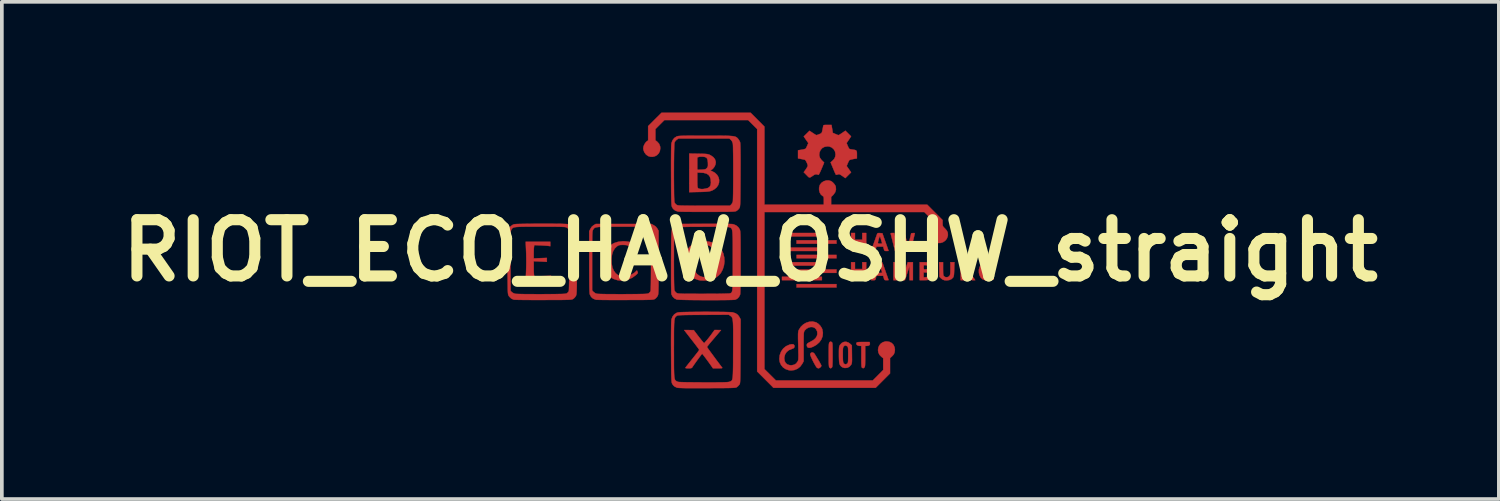
<source format=kicad_pcb>
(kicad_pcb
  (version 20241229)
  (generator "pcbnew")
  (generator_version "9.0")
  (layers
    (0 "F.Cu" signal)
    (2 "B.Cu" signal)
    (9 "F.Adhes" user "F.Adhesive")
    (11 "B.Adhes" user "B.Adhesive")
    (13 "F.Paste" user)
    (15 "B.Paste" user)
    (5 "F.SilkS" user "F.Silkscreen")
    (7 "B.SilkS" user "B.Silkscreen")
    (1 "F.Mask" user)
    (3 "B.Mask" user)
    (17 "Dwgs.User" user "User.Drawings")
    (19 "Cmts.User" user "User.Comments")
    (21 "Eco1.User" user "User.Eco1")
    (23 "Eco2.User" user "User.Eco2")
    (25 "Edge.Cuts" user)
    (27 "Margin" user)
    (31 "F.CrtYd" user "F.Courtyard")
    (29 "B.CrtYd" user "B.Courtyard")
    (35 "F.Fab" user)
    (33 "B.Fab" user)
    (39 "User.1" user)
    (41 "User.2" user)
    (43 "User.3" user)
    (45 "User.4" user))
  (footprint "RIOT_ECO_HAW_OSHW_straight"
    (layer "F.Cu")
    (at 17.279 3.737)
    (property "Reference" "RIOT_ECO_HAW_OSHW_straight" (at 0 0 0) (layer "F.SilkS") (effects (font (size 1.524 1.524) (thickness 0.3))))
    (attr through_hole)
    (fp_poly (pts (xy 1.939 -0.382) (xy 0.857 -0.382) (xy 0.857 -0.475) (xy 1.939 -0.475) (xy 1.939 -0.382)) (stroke (width 0.01) (type solid)) (fill yes) (layer "F.Cu"))
    (fp_poly (pts (xy 1.939 0.013) (xy 0.857 0.013) (xy 0.857 -0.079) (xy 1.939 -0.079) (xy 1.939 0.013)) (stroke (width 0.01) (type solid)) (fill yes) (layer "F.Cu"))
    (fp_poly (pts (xy 1.939 0.409) (xy 0.857 0.409) (xy 0.857 0.317) (xy 1.939 0.317) (xy 1.939 0.409)) (stroke (width 0.01) (type solid)) (fill yes) (layer "F.Cu"))
    (fp_poly (pts (xy 1.939 0.804) (xy 0.857 0.804) (xy 0.857 0.712) (xy 1.939 0.712) (xy 1.939 0.804)) (stroke (width 0.01) (type solid)) (fill yes) (layer "F.Cu"))
    (fp_poly (pts (xy 2.334 -0.185) (xy 1.253 -0.185) (xy 1.253 -0.277) (xy 2.334 -0.277) (xy 2.334 -0.185)) (stroke (width 0.01) (type solid)) (fill yes) (layer "F.Cu"))
    (fp_poly (pts (xy 2.334 0.211) (xy 1.253 0.211) (xy 1.253 0.119) (xy 2.334 0.119) (xy 2.334 0.211)) (stroke (width 0.01) (type solid)) (fill yes) (layer "F.Cu"))
    (fp_poly (pts (xy 2.334 0.607) (xy 1.253 0.607) (xy 1.253 0.514) (xy 2.334 0.514) (xy 2.334 0.607)) (stroke (width 0.01) (type solid)) (fill yes) (layer "F.Cu"))
    (fp_poly (pts (xy 2.334 1.002) (xy 1.253 1.002) (xy 1.253 0.91) (xy 2.334 0.91) (xy 2.334 1.002)) (stroke (width 0.01) (type solid)) (fill yes) (layer "F.Cu"))
    (fp_poly (pts (xy 2.835 -0.29) (xy 3.033 -0.29) (xy 3.033 -0.475) (xy 3.139 -0.475) (xy 3.139 0.013) (xy 3.033 0.013) (xy 3.033 -0.198) (xy 2.835 -0.198) (xy 2.835 0.013) (xy 2.73 0.013) (xy 2.73 -0.475) (xy 2.835 -0.475) (xy 2.835 -0.29)) (stroke (width 0.01) (type solid)) (fill yes) (layer "F.Cu"))
    (fp_poly (pts (xy 2.835 0.501) (xy 3.033 0.501) (xy 3.033 0.317) (xy 3.139 0.317) (xy 3.139 0.804) (xy 3.033 0.804) (xy 3.033 0.593) (xy 2.835 0.593) (xy 2.835 0.804) (xy 2.73 0.804) (xy 2.73 0.317) (xy 2.835 0.317) (xy 2.835 0.501)) (stroke (width 0.01) (type solid)) (fill yes) (layer "F.Cu"))
    (fp_poly (pts (xy 1.721 2.778) (xy 1.74 2.799) (xy 1.787 2.876) (xy 1.831 2.948) (xy 1.869 3.012) (xy 1.898 3.064) (xy 1.918 3.102) (xy 1.925 3.121) (xy 1.925 3.121) (xy 1.915 3.147) (xy 1.89 3.172) (xy 1.861 3.189) (xy 1.849 3.191) (xy 1.818 3.184) (xy 1.804 3.175) (xy 1.787 3.155) (xy 1.763 3.116) (xy 1.734 3.065) (xy 1.703 3.007) (xy 1.674 2.948) (xy 1.649 2.893) (xy 1.631 2.849) (xy 1.622 2.821) (xy 1.622 2.818) (xy 1.632 2.783) (xy 1.657 2.764) (xy 1.689 2.762) (xy 1.721 2.778)) (stroke (width 0.01) (type solid)) (fill yes) (layer "F.Cu"))
    (fp_poly (pts (xy 4.027 0.323) (xy 4.08 0.498) (xy 4.1 0.561) (xy 4.117 0.614) (xy 4.131 0.652) (xy 4.139 0.671) (xy 4.141 0.673) (xy 4.147 0.661) (xy 4.16 0.628) (xy 4.178 0.58) (xy 4.199 0.519) (xy 4.207 0.495) (xy 4.265 0.317) (xy 4.405 0.317) (xy 4.405 0.804) (xy 4.312 0.804) (xy 4.311 0.617) (xy 4.31 0.429) (xy 4.25 0.617) (xy 4.189 0.804) (xy 4.09 0.804) (xy 4.049 0.669) (xy 4.022 0.582) (xy 4.003 0.519) (xy 3.989 0.479) (xy 3.98 0.463) (xy 3.974 0.469) (xy 3.972 0.496) (xy 3.971 0.545) (xy 3.971 0.613) (xy 3.971 0.617) (xy 3.97 0.804) (xy 3.877 0.804) (xy 3.877 0.315) (xy 4.027 0.323)) (stroke (width 0.01) (type solid)) (fill yes) (layer "F.Cu"))
    (fp_poly (pts (xy 5.222 0.495) (xy 5.223 0.567) (xy 5.224 0.619) (xy 5.227 0.653) (xy 5.233 0.675) (xy 5.241 0.691) (xy 5.249 0.699) (xy 5.289 0.722) (xy 5.334 0.724) (xy 5.376 0.707) (xy 5.393 0.691) (xy 5.404 0.674) (xy 5.412 0.653) (xy 5.417 0.624) (xy 5.419 0.582) (xy 5.42 0.52) (xy 5.42 0.486) (xy 5.42 0.317) (xy 5.529 0.317) (xy 5.524 0.505) (xy 5.521 0.585) (xy 5.518 0.642) (xy 5.512 0.683) (xy 5.505 0.71) (xy 5.496 0.729) (xy 5.453 0.772) (xy 5.393 0.799) (xy 5.323 0.81) (xy 5.258 0.805) (xy 5.209 0.786) (xy 5.165 0.753) (xy 5.124 0.712) (xy 5.115 0.317) (xy 5.222 0.317) (xy 5.222 0.495)) (stroke (width 0.01) (type solid)) (fill yes) (layer "F.Cu"))
    (fp_poly (pts (xy 3.239 2.514) (xy 3.238 2.55) (xy 3.213 2.574) (xy 3.169 2.584) (xy 3.156 2.585) (xy 3.112 2.585) (xy 3.112 2.866) (xy 3.112 2.96) (xy 3.111 3.031) (xy 3.11 3.083) (xy 3.107 3.119) (xy 3.103 3.143) (xy 3.098 3.158) (xy 3.09 3.168) (xy 3.088 3.17) (xy 3.067 3.187) (xy 3.052 3.188) (xy 3.03 3.177) (xy 3.022 3.171) (xy 3.017 3.159) (xy 3.012 3.138) (xy 3.01 3.106) (xy 3.008 3.058) (xy 3.007 2.992) (xy 3.007 2.903) (xy 3.007 2.874) (xy 3.007 2.585) (xy 2.961 2.585) (xy 2.918 2.577) (xy 2.886 2.557) (xy 2.871 2.531) (xy 2.875 2.505) (xy 2.883 2.495) (xy 2.896 2.487) (xy 2.918 2.483) (xy 2.955 2.48) (xy 3.01 2.479) (xy 3.06 2.479) (xy 3.231 2.479) (xy 3.239 2.514)) (stroke (width 0.01) (type solid)) (fill yes) (layer "F.Cu"))
    (fp_poly (pts (xy -5.753 -0.237) (xy -5.42 -0.237) (xy -5.42 -0.117) (xy -5.463 -0.124) (xy -5.492 -0.127) (xy -5.542 -0.131) (xy -5.604 -0.135) (xy -5.673 -0.139) (xy -5.679 -0.139) (xy -5.852 -0.147) (xy -5.86 -0.105) (xy -5.864 -0.074) (xy -5.867 -0.024) (xy -5.868 0.036) (xy -5.869 0.076) (xy -5.869 0.215) (xy -5.691 0.207) (xy -5.513 0.2) (xy -5.513 0.307) (xy -5.691 0.298) (xy -5.869 0.289) (xy -5.868 0.464) (xy -5.868 0.532) (xy -5.866 0.593) (xy -5.863 0.641) (xy -5.86 0.669) (xy -5.86 0.671) (xy -5.851 0.703) (xy -5.626 0.694) (xy -5.4 0.685) (xy -5.4 0.804) (xy -5.743 0.804) (xy -6.086 0.804) (xy -6.075 0.546) (xy -6.072 0.441) (xy -6.07 0.321) (xy -6.071 0.198) (xy -6.073 0.083) (xy -6.075 0.025) (xy -6.086 -0.237) (xy -5.753 -0.237)) (stroke (width 0.01) (type solid)) (fill yes) (layer "F.Cu"))
    (fp_poly (pts (xy 2.203 2.48) (xy 2.211 2.485) (xy 2.217 2.494) (xy 2.222 2.51) (xy 2.225 2.536) (xy 2.227 2.575) (xy 2.228 2.631) (xy 2.229 2.706) (xy 2.229 2.803) (xy 2.229 2.822) (xy 2.229 2.925) (xy 2.228 3.006) (xy 2.226 3.066) (xy 2.224 3.11) (xy 2.221 3.139) (xy 2.216 3.158) (xy 2.21 3.169) (xy 2.208 3.171) (xy 2.187 3.187) (xy 2.176 3.191) (xy 2.159 3.183) (xy 2.144 3.171) (xy 2.137 3.161) (xy 2.132 3.144) (xy 2.129 3.117) (xy 2.126 3.077) (xy 2.124 3.021) (xy 2.124 2.945) (xy 2.123 2.846) (xy 2.123 2.829) (xy 2.123 2.726) (xy 2.124 2.647) (xy 2.126 2.588) (xy 2.128 2.545) (xy 2.132 2.517) (xy 2.137 2.499) (xy 2.143 2.488) (xy 2.144 2.487) (xy 2.164 2.47) (xy 2.18 2.469) (xy 2.203 2.48)) (stroke (width 0.01) (type solid)) (fill yes) (layer "F.Cu"))
    (fp_poly (pts (xy 3.511 -0.472) (xy 3.577 -0.468) (xy 3.661 -0.231) (xy 3.687 -0.157) (xy 3.71 -0.092) (xy 3.728 -0.04) (xy 3.74 -0.005) (xy 3.745 0.01) (xy 3.745 0.01) (xy 3.733 0.012) (xy 3.704 0.013) (xy 3.689 0.013) (xy 3.654 0.012) (xy 3.635 0.003) (xy 3.624 -0.019) (xy 3.616 -0.046) (xy 3.6 -0.106) (xy 3.416 -0.106) (xy 3.401 -0.046) (xy 3.391 -0.01) (xy 3.378 0.007) (xy 3.356 0.013) (xy 3.329 0.013) (xy 3.272 0.013) (xy 3.345 -0.195) (xy 3.349 -0.205) (xy 3.455 -0.205) (xy 3.463 -0.192) (xy 3.488 -0.186) (xy 3.516 -0.185) (xy 3.554 -0.187) (xy 3.57 -0.194) (xy 3.57 -0.202) (xy 3.563 -0.223) (xy 3.552 -0.261) (xy 3.541 -0.301) (xy 3.528 -0.343) (xy 3.516 -0.372) (xy 3.508 -0.382) (xy 3.501 -0.371) (xy 3.489 -0.341) (xy 3.477 -0.302) (xy 3.466 -0.26) (xy 3.458 -0.224) (xy 3.455 -0.205) (xy 3.349 -0.205) (xy 3.371 -0.267) (xy 3.394 -0.333) (xy 3.413 -0.387) (xy 3.427 -0.426) (xy 3.432 -0.439) (xy 3.442 -0.461) (xy 3.457 -0.471) (xy 3.485 -0.473) (xy 3.511 -0.472)) (stroke (width 0.01) (type solid)) (fill yes) (layer "F.Cu"))
    (fp_poly (pts (xy 5.897 0.321) (xy 5.961 0.336) (xy 6.004 0.362) (xy 6.03 0.401) (xy 6.04 0.455) (xy 6.04 0.47) (xy 6.032 0.513) (xy 6.005 0.552) (xy 6.001 0.556) (xy 5.976 0.582) (xy 5.962 0.599) (xy 5.961 0.602) (xy 5.968 0.615) (xy 5.986 0.644) (xy 6.013 0.685) (xy 6.027 0.706) (xy 6.094 0.804) (xy 6.037 0.804) (xy 6.009 0.804) (xy 5.988 0.798) (xy 5.97 0.783) (xy 5.949 0.754) (xy 5.923 0.712) (xy 5.892 0.664) (xy 5.868 0.635) (xy 5.848 0.622) (xy 5.834 0.62) (xy 5.818 0.621) (xy 5.808 0.63) (xy 5.804 0.651) (xy 5.803 0.69) (xy 5.803 0.712) (xy 5.803 0.804) (xy 5.697 0.804) (xy 5.697 0.462) (xy 5.803 0.462) (xy 5.803 0.528) (xy 5.853 0.528) (xy 5.89 0.524) (xy 5.916 0.514) (xy 5.919 0.512) (xy 5.931 0.487) (xy 5.935 0.459) (xy 5.923 0.425) (xy 5.89 0.403) (xy 5.836 0.396) (xy 5.835 0.396) (xy 5.816 0.398) (xy 5.806 0.409) (xy 5.803 0.436) (xy 5.803 0.462) (xy 5.697 0.462) (xy 5.697 0.317) (xy 5.811 0.317) (xy 5.897 0.321)) (stroke (width 0.01) (type solid)) (fill yes) (layer "F.Cu"))
    (fp_poly (pts (xy 3.511 0.319) (xy 3.577 0.323) (xy 3.661 0.56) (xy 3.687 0.635) (xy 3.71 0.699) (xy 3.728 0.751) (xy 3.74 0.787) (xy 3.745 0.801) (xy 3.745 0.801) (xy 3.733 0.803) (xy 3.704 0.804) (xy 3.689 0.804) (xy 3.654 0.803) (xy 3.635 0.795) (xy 3.624 0.772) (xy 3.616 0.745) (xy 3.6 0.686) (xy 3.416 0.686) (xy 3.401 0.745) (xy 3.391 0.781) (xy 3.378 0.799) (xy 3.356 0.804) (xy 3.329 0.804) (xy 3.272 0.804) (xy 3.345 0.597) (xy 3.346 0.595) (xy 3.452 0.595) (xy 3.453 0.6) (xy 3.469 0.604) (xy 3.502 0.606) (xy 3.518 0.607) (xy 3.556 0.604) (xy 3.57 0.597) (xy 3.57 0.589) (xy 3.563 0.568) (xy 3.552 0.531) (xy 3.541 0.491) (xy 3.528 0.449) (xy 3.516 0.419) (xy 3.509 0.409) (xy 3.501 0.42) (xy 3.489 0.45) (xy 3.476 0.49) (xy 3.464 0.532) (xy 3.455 0.57) (xy 3.452 0.595) (xy 3.346 0.595) (xy 3.371 0.525) (xy 3.394 0.459) (xy 3.413 0.404) (xy 3.427 0.366) (xy 3.432 0.352) (xy 3.442 0.33) (xy 3.457 0.32) (xy 3.485 0.318) (xy 3.511 0.319)) (stroke (width 0.01) (type solid)) (fill yes) (layer "F.Cu"))
    (fp_poly (pts (xy 4.797 0.32) (xy 4.863 0.333) (xy 4.908 0.355) (xy 4.934 0.388) (xy 4.945 0.434) (xy 4.945 0.449) (xy 4.933 0.495) (xy 4.915 0.517) (xy 4.885 0.544) (xy 4.922 0.581) (xy 4.952 0.627) (xy 4.959 0.677) (xy 4.944 0.725) (xy 4.908 0.765) (xy 4.872 0.786) (xy 4.833 0.796) (xy 4.774 0.802) (xy 4.709 0.804) (xy 4.589 0.804) (xy 4.589 0.593) (xy 4.695 0.593) (xy 4.695 0.729) (xy 4.754 0.722) (xy 4.795 0.714) (xy 4.827 0.703) (xy 4.833 0.699) (xy 4.854 0.67) (xy 4.852 0.641) (xy 4.83 0.615) (xy 4.792 0.598) (xy 4.753 0.593) (xy 4.695 0.593) (xy 4.589 0.593) (xy 4.589 0.446) (xy 4.695 0.446) (xy 4.697 0.481) (xy 4.703 0.504) (xy 4.705 0.507) (xy 4.725 0.512) (xy 4.758 0.509) (xy 4.794 0.502) (xy 4.822 0.491) (xy 4.829 0.484) (xy 4.841 0.449) (xy 4.828 0.421) (xy 4.795 0.403) (xy 4.743 0.396) (xy 4.742 0.396) (xy 4.711 0.397) (xy 4.698 0.408) (xy 4.695 0.434) (xy 4.695 0.446) (xy 4.589 0.446) (xy 4.589 0.317) (xy 4.709 0.317) (xy 4.797 0.32)) (stroke (width 0.01) (type solid)) (fill yes) (layer "F.Cu"))
    (fp_poly (pts (xy 6.521 0.315) (xy 6.561 0.325) (xy 6.581 0.334) (xy 6.585 0.346) (xy 6.58 0.367) (xy 6.579 0.369) (xy 6.571 0.389) (xy 6.56 0.4) (xy 6.54 0.403) (xy 6.504 0.402) (xy 6.476 0.4) (xy 6.427 0.396) (xy 6.396 0.398) (xy 6.375 0.406) (xy 6.355 0.422) (xy 6.352 0.425) (xy 6.317 0.478) (xy 6.299 0.543) (xy 6.301 0.609) (xy 6.304 0.619) (xy 6.33 0.675) (xy 6.373 0.711) (xy 6.43 0.725) (xy 6.438 0.725) (xy 6.47 0.724) (xy 6.485 0.715) (xy 6.488 0.69) (xy 6.488 0.673) (xy 6.487 0.639) (xy 6.478 0.624) (xy 6.456 0.62) (xy 6.442 0.62) (xy 6.411 0.618) (xy 6.399 0.606) (xy 6.396 0.577) (xy 6.396 0.574) (xy 6.396 0.528) (xy 6.594 0.528) (xy 6.594 0.789) (xy 6.538 0.798) (xy 6.475 0.807) (xy 6.431 0.811) (xy 6.397 0.811) (xy 6.367 0.807) (xy 6.35 0.803) (xy 6.285 0.775) (xy 6.237 0.727) (xy 6.205 0.659) (xy 6.193 0.605) (xy 6.192 0.519) (xy 6.213 0.445) (xy 6.253 0.384) (xy 6.31 0.339) (xy 6.381 0.313) (xy 6.464 0.307) (xy 6.521 0.315)) (stroke (width 0.01) (type solid)) (fill yes) (layer "F.Cu"))
    (fp_poly (pts (xy -1.123 -0.241) (xy -1.013 -0.212) (xy -0.918 -0.163) (xy -0.836 -0.095) (xy -0.775 -0.014) (xy -0.731 0.082) (xy -0.707 0.188) (xy -0.701 0.298) (xy -0.715 0.408) (xy -0.748 0.514) (xy -0.8 0.61) (xy -0.861 0.678) (xy -0.94 0.737) (xy -1.027 0.779) (xy -1.095 0.798) (xy -1.179 0.81) (xy -1.268 0.814) (xy -1.35 0.81) (xy -1.405 0.8) (xy -1.517 0.759) (xy -1.612 0.699) (xy -1.691 0.622) (xy -1.749 0.531) (xy -1.787 0.428) (xy -1.801 0.316) (xy -1.796 0.253) (xy -1.561 0.253) (xy -1.555 0.355) (xy -1.537 0.452) (xy -1.507 0.54) (xy -1.465 0.612) (xy -1.443 0.638) (xy -1.376 0.688) (xy -1.297 0.717) (xy -1.214 0.725) (xy -1.133 0.711) (xy -1.099 0.698) (xy -1.044 0.657) (xy -1 0.596) (xy -0.967 0.517) (xy -0.945 0.424) (xy -0.936 0.32) (xy -0.941 0.21) (xy -0.956 0.112) (xy -0.986 0.014) (xy -1.029 -0.061) (xy -1.086 -0.116) (xy -1.159 -0.149) (xy -1.247 -0.162) (xy -1.263 -0.163) (xy -1.339 -0.157) (xy -1.397 -0.139) (xy -1.446 -0.104) (xy -1.46 -0.09) (xy -1.504 -0.025) (xy -1.536 0.057) (xy -1.555 0.152) (xy -1.561 0.253) (xy -1.796 0.253) (xy -1.793 0.21) (xy -1.761 0.087) (xy -1.709 -0.018) (xy -1.639 -0.105) (xy -1.552 -0.173) (xy -1.449 -0.22) (xy -1.332 -0.246) (xy -1.25 -0.25) (xy -1.123 -0.241)) (stroke (width 0.01) (type solid)) (fill yes) (layer "F.Cu"))
    (fp_poly (pts (xy 2.657 2.494) (xy 2.701 2.525) (xy 2.75 2.57) (xy 2.753 2.811) (xy 2.754 2.898) (xy 2.755 2.962) (xy 2.753 3.009) (xy 2.75 3.042) (xy 2.745 3.065) (xy 2.738 3.083) (xy 2.731 3.095) (xy 2.685 3.148) (xy 2.627 3.177) (xy 2.561 3.183) (xy 2.535 3.178) (xy 2.495 3.164) (xy 2.464 3.144) (xy 2.442 3.12) (xy 2.425 3.093) (xy 2.413 3.056) (xy 2.406 3.008) (xy 2.402 2.943) (xy 2.4 2.857) (xy 2.4 2.826) (xy 2.506 2.826) (xy 2.506 2.911) (xy 2.509 2.973) (xy 2.514 3.017) (xy 2.522 3.045) (xy 2.534 3.063) (xy 2.552 3.074) (xy 2.558 3.077) (xy 2.582 3.084) (xy 2.599 3.08) (xy 2.621 3.065) (xy 2.632 3.057) (xy 2.64 3.045) (xy 2.645 3.027) (xy 2.648 2.998) (xy 2.65 2.954) (xy 2.651 2.891) (xy 2.651 2.829) (xy 2.651 2.749) (xy 2.65 2.691) (xy 2.648 2.651) (xy 2.644 2.625) (xy 2.638 2.609) (xy 2.63 2.599) (xy 2.621 2.592) (xy 2.586 2.574) (xy 2.557 2.578) (xy 2.532 2.598) (xy 2.522 2.61) (xy 2.515 2.626) (xy 2.51 2.65) (xy 2.507 2.687) (xy 2.506 2.741) (xy 2.506 2.816) (xy 2.506 2.826) (xy 2.4 2.826) (xy 2.4 2.818) (xy 2.4 2.737) (xy 2.401 2.678) (xy 2.404 2.636) (xy 2.408 2.606) (xy 2.415 2.585) (xy 2.424 2.567) (xy 2.43 2.557) (xy 2.478 2.505) (xy 2.535 2.477) (xy 2.596 2.473) (xy 2.657 2.494)) (stroke (width 0.01) (type solid)) (fill yes) (layer "F.Cu"))
    (fp_poly (pts (xy -3.385 -0.248) (xy -3.321 -0.241) (xy -3.253 -0.23) (xy -3.188 -0.217) (xy -3.134 -0.204) (xy -3.097 -0.191) (xy -3.09 -0.187) (xy -3.081 -0.171) (xy -3.084 -0.138) (xy -3.086 -0.125) (xy -3.095 -0.076) (xy -3.099 -0.027) (xy -3.099 -0.023) (xy -3.105 0.013) (xy -3.121 0.026) (xy -3.145 0.016) (xy -3.177 -0.019) (xy -3.182 -0.027) (xy -3.217 -0.065) (xy -3.261 -0.102) (xy -3.281 -0.115) (xy -3.317 -0.134) (xy -3.35 -0.145) (xy -3.391 -0.15) (xy -3.448 -0.152) (xy -3.451 -0.152) (xy -3.506 -0.151) (xy -3.544 -0.147) (xy -3.573 -0.137) (xy -3.602 -0.121) (xy -3.615 -0.112) (xy -3.674 -0.055) (xy -3.719 0.022) (xy -3.748 0.116) (xy -3.761 0.225) (xy -3.758 0.345) (xy -3.757 0.355) (xy -3.737 0.458) (xy -3.7 0.546) (xy -3.649 0.616) (xy -3.585 0.667) (xy -3.541 0.686) (xy -3.464 0.699) (xy -3.377 0.695) (xy -3.288 0.676) (xy -3.205 0.643) (xy -3.135 0.598) (xy -3.116 0.581) (xy -3.073 0.538) (xy -3.057 0.574) (xy -3.049 0.595) (xy -3.051 0.612) (xy -3.066 0.632) (xy -3.097 0.661) (xy -3.103 0.667) (xy -3.2 0.738) (xy -3.309 0.786) (xy -3.426 0.811) (xy -3.546 0.811) (xy -3.598 0.804) (xy -3.706 0.77) (xy -3.799 0.716) (xy -3.876 0.643) (xy -3.934 0.554) (xy -3.974 0.45) (xy -3.993 0.333) (xy -3.992 0.236) (xy -3.972 0.119) (xy -3.93 0.016) (xy -3.868 -0.073) (xy -3.788 -0.146) (xy -3.692 -0.201) (xy -3.58 -0.236) (xy -3.456 -0.25) (xy -3.439 -0.251) (xy -3.385 -0.248)) (stroke (width 0.01) (type solid)) (fill yes) (layer "F.Cu"))
    (fp_poly (pts (xy 4.163 -0.473) (xy 4.175 -0.465) (xy 4.185 -0.448) (xy 4.195 -0.418) (xy 4.207 -0.372) (xy 4.222 -0.306) (xy 4.234 -0.257) (xy 4.251 -0.186) (xy 4.266 -0.138) (xy 4.277 -0.112) (xy 4.284 -0.111) (xy 4.287 -0.133) (xy 4.29 -0.158) (xy 4.298 -0.202) (xy 4.31 -0.259) (xy 4.323 -0.317) (xy 4.359 -0.468) (xy 4.408 -0.472) (xy 4.44 -0.473) (xy 4.457 -0.47) (xy 4.458 -0.468) (xy 4.454 -0.454) (xy 4.446 -0.419) (xy 4.434 -0.368) (xy 4.419 -0.306) (xy 4.402 -0.24) (xy 4.385 -0.172) (xy 4.37 -0.109) (xy 4.356 -0.055) (xy 4.351 -0.036) (xy 4.341 -0.006) (xy 4.327 0.009) (xy 4.301 0.013) (xy 4.279 0.013) (xy 4.258 0.014) (xy 4.243 0.013) (xy 4.231 0.008) (xy 4.221 -0.005) (xy 4.21 -0.03) (xy 4.199 -0.069) (xy 4.184 -0.126) (xy 4.163 -0.205) (xy 4.16 -0.218) (xy 4.147 -0.268) (xy 4.136 -0.307) (xy 4.129 -0.328) (xy 4.128 -0.33) (xy 4.124 -0.315) (xy 4.115 -0.28) (xy 4.102 -0.229) (xy 4.087 -0.168) (xy 4.084 -0.158) (xy 4.042 0.007) (xy 3.981 0.011) (xy 3.92 0.014) (xy 3.865 -0.207) (xy 3.847 -0.281) (xy 3.83 -0.348) (xy 3.816 -0.401) (xy 3.807 -0.438) (xy 3.803 -0.452) (xy 3.803 -0.467) (xy 3.818 -0.473) (xy 3.848 -0.475) (xy 3.899 -0.475) (xy 3.935 -0.313) (xy 3.95 -0.249) (xy 3.963 -0.193) (xy 3.973 -0.15) (xy 3.979 -0.126) (xy 3.979 -0.126) (xy 3.985 -0.128) (xy 3.995 -0.153) (xy 4.009 -0.198) (xy 4.026 -0.262) (xy 4.032 -0.287) (xy 4.078 -0.475) (xy 4.128 -0.475) (xy 4.148 -0.475) (xy 4.163 -0.473)) (stroke (width 0.01) (type solid)) (fill yes) (layer "F.Cu"))
    (fp_poly (pts (xy -1.404 -2.622) (xy -1.316 -2.62) (xy -1.25 -2.619) (xy -1.202 -2.616) (xy -1.166 -2.612) (xy -1.139 -2.606) (xy -1.114 -2.598) (xy -1.089 -2.586) (xy -1.074 -2.578) (xy -1.005 -2.531) (xy -0.959 -2.474) (xy -0.938 -2.407) (xy -0.937 -2.382) (xy -0.947 -2.324) (xy -0.975 -2.265) (xy -1.016 -2.214) (xy -1.043 -2.193) (xy -1.084 -2.167) (xy -1.032 -2.146) (xy -0.957 -2.104) (xy -0.9 -2.048) (xy -0.862 -1.983) (xy -0.845 -1.912) (xy -0.848 -1.84) (xy -0.872 -1.77) (xy -0.917 -1.707) (xy -0.967 -1.665) (xy -1.004 -1.642) (xy -1.039 -1.624) (xy -1.077 -1.611) (xy -1.122 -1.601) (xy -1.178 -1.595) (xy -1.25 -1.59) (xy -1.342 -1.587) (xy -1.391 -1.586) (xy -1.655 -1.58) (xy -1.655 -1.907) (xy -1.437 -1.907) (xy -1.437 -1.826) (xy -1.435 -1.766) (xy -1.431 -1.726) (xy -1.423 -1.7) (xy -1.411 -1.684) (xy -1.393 -1.676) (xy -1.372 -1.671) (xy -1.336 -1.666) (xy -1.305 -1.664) (xy -1.269 -1.667) (xy -1.22 -1.675) (xy -1.151 -1.693) (xy -1.105 -1.723) (xy -1.078 -1.769) (xy -1.068 -1.832) (xy -1.068 -1.843) (xy -1.075 -1.932) (xy -1.097 -2) (xy -1.135 -2.051) (xy -1.192 -2.085) (xy -1.268 -2.104) (xy -1.362 -2.11) (xy -1.437 -2.11) (xy -1.437 -1.907) (xy -1.655 -1.907) (xy -1.655 -2.52) (xy -1.437 -2.52) (xy -1.437 -2.186) (xy -1.324 -2.191) (xy -1.268 -2.194) (xy -1.232 -2.199) (xy -1.209 -2.207) (xy -1.191 -2.22) (xy -1.178 -2.234) (xy -1.161 -2.256) (xy -1.152 -2.278) (xy -1.148 -2.309) (xy -1.149 -2.355) (xy -1.149 -2.376) (xy -1.156 -2.444) (xy -1.17 -2.49) (xy -1.195 -2.519) (xy -1.235 -2.535) (xy -1.289 -2.542) (xy -1.338 -2.543) (xy -1.381 -2.539) (xy -1.401 -2.534) (xy -1.437 -2.52) (xy -1.655 -2.52) (xy -1.655 -2.626) (xy -1.404 -2.622)) (stroke (width 0.01) (type solid)) (fill yes) (layer "F.Cu"))
    (fp_poly (pts (xy -0.794 2.156) (xy -0.849 2.222) (xy -0.877 2.255) (xy -0.918 2.303) (xy -0.966 2.36) (xy -1.018 2.421) (xy -1.039 2.445) (xy -1.085 2.499) (xy -1.124 2.547) (xy -1.154 2.585) (xy -1.171 2.609) (xy -1.174 2.615) (xy -1.166 2.627) (xy -1.145 2.658) (xy -1.113 2.703) (xy -1.071 2.76) (xy -1.023 2.825) (xy -0.971 2.896) (xy -0.917 2.969) (xy -0.863 3.041) (xy -0.812 3.109) (xy -0.766 3.169) (xy -0.761 3.175) (xy -0.761 3.183) (xy -0.776 3.188) (xy -0.809 3.19) (xy -0.865 3.191) (xy -0.881 3.191) (xy -1.013 3.191) (xy -1.075 3.102) (xy -1.116 3.044) (xy -1.16 2.985) (xy -1.202 2.927) (xy -1.241 2.876) (xy -1.273 2.835) (xy -1.295 2.807) (xy -1.306 2.797) (xy -1.315 2.807) (xy -1.337 2.835) (xy -1.367 2.875) (xy -1.404 2.924) (xy -1.443 2.978) (xy -1.482 3.032) (xy -1.517 3.082) (xy -1.546 3.123) (xy -1.565 3.152) (xy -1.567 3.155) (xy -1.58 3.175) (xy -1.597 3.185) (xy -1.624 3.19) (xy -1.668 3.191) (xy -1.679 3.191) (xy -1.727 3.19) (xy -1.753 3.186) (xy -1.76 3.179) (xy -1.759 3.175) (xy -1.748 3.16) (xy -1.723 3.128) (xy -1.687 3.082) (xy -1.641 3.025) (xy -1.59 2.96) (xy -1.567 2.931) (xy -1.514 2.865) (xy -1.467 2.805) (xy -1.428 2.755) (xy -1.401 2.717) (xy -1.386 2.696) (xy -1.385 2.692) (xy -1.393 2.679) (xy -1.414 2.647) (xy -1.448 2.602) (xy -1.49 2.546) (xy -1.539 2.482) (xy -1.553 2.464) (xy -1.607 2.396) (xy -1.656 2.332) (xy -1.7 2.276) (xy -1.734 2.232) (xy -1.755 2.205) (xy -1.757 2.202) (xy -1.792 2.155) (xy -1.663 2.156) (xy -1.533 2.157) (xy -1.434 2.288) (xy -1.391 2.344) (xy -1.35 2.396) (xy -1.316 2.44) (xy -1.293 2.466) (xy -1.253 2.512) (xy -1.195 2.448) (xy -1.161 2.409) (xy -1.119 2.356) (xy -1.075 2.299) (xy -1.053 2.269) (xy -0.969 2.153) (xy -0.794 2.156)) (stroke (width 0.01) (type solid)) (fill yes) (layer "F.Cu"))
    (fp_poly (pts (xy 1.764 1.941) (xy 1.788 1.95) (xy 1.843 1.986) (xy 1.895 2.038) (xy 1.934 2.098) (xy 1.95 2.135) (xy 1.966 2.23) (xy 1.957 2.323) (xy 1.924 2.409) (xy 1.868 2.488) (xy 1.791 2.556) (xy 1.707 2.604) (xy 1.638 2.631) (xy 1.586 2.637) (xy 1.551 2.624) (xy 1.532 2.591) (xy 1.53 2.564) (xy 1.532 2.542) (xy 1.54 2.526) (xy 1.559 2.51) (xy 1.595 2.489) (xy 1.631 2.471) (xy 1.712 2.424) (xy 1.768 2.374) (xy 1.802 2.319) (xy 1.816 2.265) (xy 1.812 2.196) (xy 1.783 2.136) (xy 1.746 2.098) (xy 1.697 2.076) (xy 1.64 2.072) (xy 1.579 2.087) (xy 1.523 2.118) (xy 1.477 2.163) (xy 1.475 2.166) (xy 1.466 2.179) (xy 1.459 2.192) (xy 1.454 2.208) (xy 1.45 2.232) (xy 1.447 2.264) (xy 1.446 2.31) (xy 1.445 2.371) (xy 1.444 2.451) (xy 1.444 2.553) (xy 1.444 2.605) (xy 1.444 3) (xy 1.405 3.072) (xy 1.349 3.148) (xy 1.277 3.204) (xy 1.194 3.238) (xy 1.104 3.249) (xy 1.044 3.243) (xy 0.958 3.214) (xy 0.887 3.167) (xy 0.833 3.102) (xy 0.798 3.025) (xy 0.785 2.938) (xy 0.795 2.845) (xy 0.797 2.834) (xy 0.834 2.737) (xy 0.891 2.656) (xy 0.966 2.594) (xy 1.058 2.552) (xy 1.064 2.55) (xy 1.126 2.538) (xy 1.168 2.543) (xy 1.192 2.567) (xy 1.194 2.572) (xy 1.197 2.613) (xy 1.177 2.644) (xy 1.132 2.664) (xy 1.13 2.665) (xy 1.048 2.698) (xy 0.985 2.748) (xy 0.942 2.813) (xy 0.921 2.891) (xy 0.919 2.924) (xy 0.93 2.996) (xy 0.961 3.052) (xy 1.009 3.09) (xy 1.074 3.108) (xy 1.118 3.109) (xy 1.187 3.095) (xy 1.24 3.063) (xy 1.28 3.009) (xy 1.282 3.006) (xy 1.289 2.992) (xy 1.295 2.975) (xy 1.299 2.954) (xy 1.301 2.924) (xy 1.302 2.883) (xy 1.303 2.828) (xy 1.301 2.754) (xy 1.3 2.66) (xy 1.298 2.583) (xy 1.295 2.473) (xy 1.293 2.386) (xy 1.293 2.319) (xy 1.293 2.269) (xy 1.295 2.232) (xy 1.298 2.204) (xy 1.302 2.183) (xy 1.308 2.165) (xy 1.317 2.147) (xy 1.317 2.146) (xy 1.368 2.067) (xy 1.434 2.004) (xy 1.511 1.958) (xy 1.595 1.931) (xy 1.681 1.924) (xy 1.764 1.941)) (stroke (width 0.01) (type solid)) (fill yes) (layer "F.Cu"))
    (fp_poly (pts (xy 0.195 -3.544) (xy 0.382 -3.356) (xy 0.382 -1.24) (xy 1.991 -1.24) (xy 1.991 -1.35) (xy 1.991 -1.404) (xy 1.988 -1.438) (xy 1.982 -1.458) (xy 1.97 -1.47) (xy 1.957 -1.478) (xy 1.912 -1.516) (xy 1.88 -1.571) (xy 1.863 -1.636) (xy 1.863 -1.704) (xy 1.881 -1.769) (xy 1.89 -1.787) (xy 1.933 -1.839) (xy 1.992 -1.877) (xy 2.059 -1.897) (xy 2.127 -1.898) (xy 2.188 -1.88) (xy 2.232 -1.848) (xy 2.273 -1.804) (xy 2.304 -1.757) (xy 2.315 -1.727) (xy 2.32 -1.65) (xy 2.299 -1.579) (xy 2.253 -1.514) (xy 2.248 -1.508) (xy 2.189 -1.45) (xy 2.189 -1.24) (xy 4.794 -1.24) (xy 5.209 -0.824) (xy 5.209 -0.742) (xy 5.21 -0.697) (xy 5.215 -0.668) (xy 5.229 -0.643) (xy 5.256 -0.614) (xy 5.274 -0.597) (xy 5.323 -0.539) (xy 5.349 -0.482) (xy 5.353 -0.419) (xy 5.349 -0.391) (xy 5.324 -0.322) (xy 5.281 -0.268) (xy 5.224 -0.228) (xy 5.159 -0.205) (xy 5.09 -0.203) (xy 5.023 -0.221) (xy 4.993 -0.238) (xy 4.94 -0.289) (xy 4.906 -0.352) (xy 4.893 -0.421) (xy 4.899 -0.49) (xy 4.926 -0.555) (xy 4.973 -0.61) (xy 4.98 -0.616) (xy 5.012 -0.646) (xy 5.024 -0.677) (xy 5.025 -0.691) (xy 5.022 -0.709) (xy 5.013 -0.729) (xy 4.995 -0.755) (xy 4.965 -0.789) (xy 4.921 -0.835) (xy 4.869 -0.887) (xy 4.714 -1.042) (xy 0.382 -1.042) (xy 0.382 3.212) (xy 0.538 3.366) (xy 0.693 3.521) (xy 3.317 3.521) (xy 3.459 3.379) (xy 3.6 3.237) (xy 3.6 2.918) (xy 3.553 2.881) (xy 3.5 2.827) (xy 3.47 2.765) (xy 3.459 2.699) (xy 3.468 2.634) (xy 3.493 2.574) (xy 3.535 2.522) (xy 3.591 2.485) (xy 3.66 2.465) (xy 3.692 2.463) (xy 3.769 2.475) (xy 3.833 2.508) (xy 3.881 2.559) (xy 3.909 2.626) (xy 3.917 2.69) (xy 3.909 2.759) (xy 3.885 2.815) (xy 3.838 2.867) (xy 3.832 2.873) (xy 3.785 2.914) (xy 3.785 3.33) (xy 3.591 3.524) (xy 3.396 3.719) (xy 0.626 3.719) (xy 0.185 3.277) (xy 0.185 -3.291) (xy 0.062 -3.413) (xy -0.06 -3.534) (xy -2.328 -3.534) (xy -2.45 -3.412) (xy -2.572 -3.29) (xy -2.572 -2.987) (xy -2.524 -2.949) (xy -2.473 -2.893) (xy -2.445 -2.824) (xy -2.44 -2.769) (xy -2.451 -2.695) (xy -2.481 -2.634) (xy -2.526 -2.587) (xy -2.581 -2.555) (xy -2.643 -2.539) (xy -2.707 -2.54) (xy -2.768 -2.559) (xy -2.823 -2.597) (xy -2.868 -2.656) (xy -2.872 -2.664) (xy -2.89 -2.709) (xy -2.9 -2.753) (xy -2.901 -2.768) (xy -2.892 -2.824) (xy -2.867 -2.882) (xy -2.832 -2.932) (xy -2.808 -2.955) (xy -2.769 -2.982) (xy -2.769 -3.37) (xy -2.588 -3.551) (xy -2.406 -3.732) (xy 0.007 -3.732) (xy 0.195 -3.544)) (stroke (width 0.01) (type solid)) (fill yes) (layer "F.Cu"))
    (fp_poly (pts (xy 2.217 -3.295) (xy 2.234 -3.188) (xy 2.304 -3.157) (xy 2.345 -3.14) (xy 2.376 -3.128) (xy 2.389 -3.126) (xy 2.406 -3.133) (xy 2.438 -3.152) (xy 2.479 -3.179) (xy 2.49 -3.186) (xy 2.576 -3.246) (xy 2.73 -3.092) (xy 2.669 -3.001) (xy 2.608 -2.911) (xy 2.638 -2.837) (xy 2.657 -2.796) (xy 2.673 -2.765) (xy 2.682 -2.754) (xy 2.702 -2.747) (xy 2.739 -2.739) (xy 2.762 -2.736) (xy 2.82 -2.727) (xy 2.857 -2.717) (xy 2.877 -2.699) (xy 2.886 -2.669) (xy 2.888 -2.622) (xy 2.888 -2.6) (xy 2.888 -2.495) (xy 2.793 -2.479) (xy 2.744 -2.469) (xy 2.705 -2.458) (xy 2.683 -2.448) (xy 2.683 -2.448) (xy 2.67 -2.428) (xy 2.653 -2.393) (xy 2.639 -2.361) (xy 2.61 -2.289) (xy 2.67 -2.203) (xy 2.73 -2.117) (xy 2.652 -2.039) (xy 2.574 -1.961) (xy 2.493 -2.019) (xy 2.45 -2.047) (xy 2.422 -2.063) (xy 2.401 -2.068) (xy 2.38 -2.064) (xy 2.37 -2.06) (xy 2.339 -2.052) (xy 2.32 -2.053) (xy 2.319 -2.054) (xy 2.31 -2.07) (xy 2.294 -2.104) (xy 2.272 -2.154) (xy 2.247 -2.213) (xy 2.242 -2.226) (xy 2.175 -2.387) (xy 2.222 -2.429) (xy 2.272 -2.481) (xy 2.299 -2.537) (xy 2.308 -2.603) (xy 2.308 -2.609) (xy 2.296 -2.68) (xy 2.262 -2.741) (xy 2.211 -2.788) (xy 2.146 -2.816) (xy 2.092 -2.822) (xy 2.014 -2.81) (xy 1.95 -2.777) (xy 1.902 -2.723) (xy 1.873 -2.653) (xy 1.866 -2.581) (xy 1.884 -2.515) (xy 1.927 -2.454) (xy 1.944 -2.437) (xy 2 -2.383) (xy 1.931 -2.217) (xy 1.905 -2.157) (xy 1.881 -2.106) (xy 1.863 -2.07) (xy 1.852 -2.052) (xy 1.85 -2.051) (xy 1.831 -2.055) (xy 1.803 -2.063) (xy 1.772 -2.066) (xy 1.739 -2.055) (xy 1.717 -2.041) (xy 1.666 -2.007) (xy 1.632 -1.986) (xy 1.608 -1.978) (xy 1.588 -1.982) (xy 1.566 -2) (xy 1.536 -2.031) (xy 1.524 -2.043) (xy 1.447 -2.121) (xy 1.502 -2.197) (xy 1.529 -2.238) (xy 1.548 -2.273) (xy 1.556 -2.295) (xy 1.556 -2.295) (xy 1.551 -2.326) (xy 1.536 -2.366) (xy 1.517 -2.407) (xy 1.497 -2.44) (xy 1.48 -2.458) (xy 1.479 -2.458) (xy 1.455 -2.464) (xy 1.415 -2.473) (xy 1.375 -2.48) (xy 1.292 -2.496) (xy 1.292 -2.715) (xy 1.391 -2.731) (xy 1.44 -2.74) (xy 1.479 -2.751) (xy 1.501 -2.76) (xy 1.502 -2.761) (xy 1.513 -2.781) (xy 1.53 -2.816) (xy 1.542 -2.843) (xy 1.571 -2.911) (xy 1.509 -3) (xy 1.447 -3.089) (xy 1.603 -3.244) (xy 1.691 -3.185) (xy 1.734 -3.157) (xy 1.768 -3.136) (xy 1.789 -3.126) (xy 1.791 -3.126) (xy 1.809 -3.13) (xy 1.843 -3.142) (xy 1.87 -3.153) (xy 1.897 -3.164) (xy 1.915 -3.173) (xy 1.929 -3.185) (xy 1.939 -3.205) (xy 1.948 -3.236) (xy 1.958 -3.284) (xy 1.971 -3.352) (xy 1.973 -3.366) (xy 1.978 -3.384) (xy 1.986 -3.395) (xy 2.004 -3.4) (xy 2.038 -3.402) (xy 2.09 -3.402) (xy 2.199 -3.402) (xy 2.217 -3.295)) (stroke (width 0.01) (type solid)) (fill yes) (layer "F.Cu"))
    (fp_poly (pts (xy -2.617 -0.685) (xy -2.562 -0.648) (xy -2.523 -0.599) (xy -2.519 -0.593) (xy -2.486 -0.534) (xy -2.486 0.323) (xy -2.486 0.495) (xy -2.486 0.642) (xy -2.486 0.767) (xy -2.487 0.871) (xy -2.487 0.957) (xy -2.489 1.027) (xy -2.49 1.083) (xy -2.492 1.126) (xy -2.494 1.159) (xy -2.497 1.183) (xy -2.5 1.201) (xy -2.505 1.215) (xy -2.509 1.227) (xy -2.512 1.233) (xy -2.541 1.273) (xy -2.577 1.307) (xy -2.585 1.312) (xy -2.595 1.317) (xy -2.607 1.322) (xy -2.623 1.326) (xy -2.644 1.33) (xy -2.672 1.332) (xy -2.711 1.335) (xy -2.762 1.336) (xy -2.827 1.338) (xy -2.908 1.339) (xy -3.007 1.339) (xy -3.128 1.34) (xy -3.27 1.34) (xy -3.389 1.341) (xy -3.529 1.341) (xy -3.663 1.341) (xy -3.786 1.341) (xy -3.898 1.34) (xy -3.995 1.339) (xy -4.075 1.338) (xy -4.136 1.336) (xy -4.174 1.335) (xy -4.187 1.333) (xy -4.26 1.304) (xy -4.313 1.257) (xy -4.347 1.193) (xy -4.351 1.18) (xy -4.354 1.154) (xy -4.357 1.103) (xy -4.358 1.081) (xy -4.286 1.081) (xy -4.25 1.121) (xy -4.198 1.159) (xy -4.154 1.173) (xy -4.129 1.175) (xy -4.081 1.177) (xy -4.012 1.179) (xy -3.925 1.181) (xy -3.823 1.182) (xy -3.708 1.182) (xy -3.585 1.183) (xy -3.454 1.183) (xy -3.441 1.183) (xy -3.293 1.182) (xy -3.168 1.181) (xy -3.065 1.181) (xy -2.981 1.179) (xy -2.915 1.178) (xy -2.864 1.176) (xy -2.826 1.174) (xy -2.798 1.171) (xy -2.778 1.167) (xy -2.764 1.163) (xy -2.754 1.158) (xy -2.752 1.157) (xy -2.722 1.129) (xy -2.703 1.1) (xy -2.7 1.08) (xy -2.698 1.035) (xy -2.696 0.968) (xy -2.694 0.879) (xy -2.693 0.772) (xy -2.692 0.646) (xy -2.691 0.505) (xy -2.69 0.35) (xy -2.69 0.276) (xy -2.69 0.104) (xy -2.691 -0.043) (xy -2.691 -0.168) (xy -2.692 -0.273) (xy -2.694 -0.358) (xy -2.696 -0.428) (xy -2.7 -0.483) (xy -2.704 -0.525) (xy -2.71 -0.557) (xy -2.718 -0.58) (xy -2.727 -0.596) (xy -2.738 -0.608) (xy -2.751 -0.617) (xy -2.766 -0.625) (xy -2.768 -0.626) (xy -2.78 -0.63) (xy -2.797 -0.634) (xy -2.821 -0.637) (xy -2.856 -0.64) (xy -2.902 -0.642) (xy -2.963 -0.644) (xy -3.04 -0.645) (xy -3.136 -0.646) (xy -3.252 -0.646) (xy -3.391 -0.646) (xy -3.475 -0.646) (xy -3.632 -0.646) (xy -3.766 -0.646) (xy -3.877 -0.645) (xy -3.969 -0.644) (xy -4.043 -0.642) (xy -4.101 -0.638) (xy -4.147 -0.633) (xy -4.181 -0.627) (xy -4.206 -0.619) (xy -4.224 -0.609) (xy -4.238 -0.596) (xy -4.249 -0.581) (xy -4.259 -0.565) (xy -4.265 -0.555) (xy -4.27 -0.544) (xy -4.273 -0.529) (xy -4.277 -0.509) (xy -4.279 -0.482) (xy -4.281 -0.445) (xy -4.283 -0.396) (xy -4.284 -0.334) (xy -4.285 -0.255) (xy -4.286 -0.159) (xy -4.286 -0.043) (xy -4.286 0.095) (xy -4.286 0.257) (xy -4.286 0.28) (xy -4.286 1.081) (xy -4.358 1.081) (xy -4.36 1.026) (xy -4.362 0.924) (xy -4.363 0.796) (xy -4.364 0.642) (xy -4.365 0.462) (xy -4.365 0.303) (xy -4.365 -0.522) (xy -4.332 -0.588) (xy -4.295 -0.645) (xy -4.247 -0.684) (xy -4.243 -0.687) (xy -4.187 -0.719) (xy -2.683 -0.719) (xy -2.617 -0.685)) (stroke (width 0.01) (type solid)) (fill yes) (layer "F.Cu"))
    (fp_poly (pts (xy -0.915 -3.112) (xy -0.794 -3.111) (xy -0.694 -3.11) (xy -0.611 -3.108) (xy -0.543 -3.104) (xy -0.49 -3.1) (xy -0.448 -3.094) (xy -0.416 -3.086) (xy -0.391 -3.077) (xy -0.371 -3.065) (xy -0.354 -3.051) (xy -0.339 -3.035) (xy -0.332 -3.027) (xy -0.303 -2.986) (xy -0.28 -2.942) (xy -0.277 -2.931) (xy -0.274 -2.909) (xy -0.271 -2.866) (xy -0.269 -2.801) (xy -0.267 -2.714) (xy -0.266 -2.603) (xy -0.265 -2.469) (xy -0.265 -2.311) (xy -0.266 -2.127) (xy -0.266 -2.038) (xy -0.267 -1.867) (xy -0.268 -1.722) (xy -0.269 -1.598) (xy -0.27 -1.495) (xy -0.271 -1.411) (xy -0.272 -1.342) (xy -0.274 -1.288) (xy -0.276 -1.247) (xy -0.279 -1.215) (xy -0.282 -1.192) (xy -0.285 -1.175) (xy -0.29 -1.163) (xy -0.295 -1.152) (xy -0.297 -1.148) (xy -0.328 -1.11) (xy -0.366 -1.078) (xy -0.37 -1.075) (xy -0.38 -1.07) (xy -0.392 -1.065) (xy -0.407 -1.061) (xy -0.428 -1.057) (xy -0.457 -1.055) (xy -0.496 -1.052) (xy -0.547 -1.051) (xy -0.612 -1.049) (xy -0.693 -1.048) (xy -0.793 -1.048) (xy -0.914 -1.047) (xy -1.058 -1.047) (xy -1.161 -1.046) (xy -1.3 -1.046) (xy -1.433 -1.046) (xy -1.557 -1.047) (xy -1.669 -1.048) (xy -1.767 -1.049) (xy -1.848 -1.05) (xy -1.91 -1.052) (xy -1.949 -1.054) (xy -1.962 -1.056) (xy -2.035 -1.082) (xy -2.091 -1.128) (xy -2.118 -1.17) (xy -2.123 -1.182) (xy -2.128 -1.195) (xy -2.132 -1.213) (xy -2.135 -1.238) (xy -2.137 -1.271) (xy -2.139 -1.314) (xy -2.141 -1.37) (xy -2.142 -1.441) (xy -2.144 -1.528) (xy -2.145 -1.634) (xy -2.146 -1.761) (xy -2.146 -1.911) (xy -2.147 -2.029) (xy -2.147 -2.12) (xy -2.071 -2.12) (xy -2.071 -1.991) (xy -2.07 -1.865) (xy -2.069 -1.745) (xy -2.068 -1.633) (xy -2.067 -1.533) (xy -2.065 -1.447) (xy -2.062 -1.379) (xy -2.059 -1.332) (xy -2.056 -1.307) (xy -2.056 -1.306) (xy -2.034 -1.27) (xy -2.001 -1.239) (xy -2 -1.238) (xy -1.989 -1.233) (xy -1.977 -1.228) (xy -1.961 -1.224) (xy -1.937 -1.221) (xy -1.905 -1.219) (xy -1.862 -1.217) (xy -1.806 -1.216) (xy -1.735 -1.215) (xy -1.646 -1.214) (xy -1.537 -1.214) (xy -1.406 -1.213) (xy -1.257 -1.213) (xy -0.555 -1.213) (xy -0.521 -1.243) (xy -0.495 -1.276) (xy -0.476 -1.319) (xy -0.474 -1.325) (xy -0.472 -1.349) (xy -0.47 -1.397) (xy -0.468 -1.465) (xy -0.466 -1.55) (xy -0.465 -1.65) (xy -0.464 -1.761) (xy -0.463 -1.881) (xy -0.463 -2.006) (xy -0.463 -2.133) (xy -0.463 -2.261) (xy -0.463 -2.384) (xy -0.464 -2.502) (xy -0.465 -2.61) (xy -0.467 -2.705) (xy -0.468 -2.786) (xy -0.47 -2.847) (xy -0.473 -2.888) (xy -0.474 -2.901) (xy -0.497 -2.961) (xy -0.526 -2.997) (xy -0.567 -3.033) (xy -1.948 -3.033) (xy -1.993 -3.003) (xy -2.029 -2.969) (xy -2.053 -2.928) (xy -2.053 -2.927) (xy -2.057 -2.904) (xy -2.06 -2.857) (xy -2.062 -2.79) (xy -2.065 -2.706) (xy -2.067 -2.606) (xy -2.068 -2.495) (xy -2.07 -2.375) (xy -2.07 -2.249) (xy -2.071 -2.12) (xy -2.147 -2.12) (xy -2.148 -2.224) (xy -2.148 -2.393) (xy -2.147 -2.537) (xy -2.146 -2.657) (xy -2.145 -2.753) (xy -2.143 -2.827) (xy -2.14 -2.878) (xy -2.136 -2.908) (xy -2.136 -2.91) (xy -2.108 -2.987) (xy -2.061 -3.047) (xy -1.999 -3.088) (xy -1.985 -3.093) (xy -1.97 -3.097) (xy -1.95 -3.101) (xy -1.923 -3.104) (xy -1.887 -3.106) (xy -1.84 -3.108) (xy -1.78 -3.11) (xy -1.704 -3.111) (xy -1.609 -3.111) (xy -1.495 -3.112) (xy -1.359 -3.112) (xy -1.226 -3.112) (xy -1.058 -3.112) (xy -0.915 -3.112)) (stroke (width 0.01) (type solid)) (fill yes) (layer "F.Cu"))
    (fp_poly (pts (xy -1.02 1.662) (xy -0.902 1.662) (xy -0.791 1.664) (xy -0.692 1.665) (xy -0.608 1.668) (xy -0.541 1.67) (xy -0.495 1.673) (xy -0.476 1.676) (xy -0.396 1.703) (xy -0.336 1.746) (xy -0.293 1.807) (xy -0.263 1.866) (xy -0.267 2.732) (xy -0.267 2.905) (xy -0.268 3.053) (xy -0.269 3.178) (xy -0.27 3.283) (xy -0.271 3.369) (xy -0.272 3.439) (xy -0.274 3.495) (xy -0.276 3.537) (xy -0.278 3.569) (xy -0.281 3.592) (xy -0.284 3.608) (xy -0.288 3.62) (xy -0.293 3.629) (xy -0.298 3.635) (xy -0.329 3.67) (xy -0.361 3.698) (xy -0.369 3.704) (xy -0.379 3.709) (xy -0.392 3.713) (xy -0.411 3.716) (xy -0.437 3.719) (xy -0.473 3.721) (xy -0.521 3.723) (xy -0.582 3.725) (xy -0.66 3.726) (xy -0.756 3.727) (xy -0.871 3.727) (xy -1.009 3.728) (xy -1.171 3.729) (xy -1.34 3.729) (xy -1.484 3.729) (xy -1.606 3.729) (xy -1.707 3.729) (xy -1.79 3.728) (xy -1.855 3.726) (xy -1.906 3.724) (xy -1.945 3.722) (xy -1.972 3.719) (xy -1.99 3.715) (xy -1.996 3.713) (xy -2.058 3.682) (xy -2.101 3.637) (xy -2.122 3.6) (xy -2.126 3.588) (xy -2.13 3.571) (xy -2.133 3.548) (xy -2.136 3.515) (xy -2.138 3.472) (xy -2.14 3.416) (xy -2.142 3.346) (xy -2.143 3.258) (xy -2.144 3.152) (xy -2.145 3.024) (xy -2.146 2.874) (xy -2.147 2.745) (xy -2.147 2.665) (xy -2.071 2.665) (xy -2.07 2.832) (xy -2.07 2.975) (xy -2.07 3.096) (xy -2.069 3.197) (xy -2.067 3.279) (xy -2.065 3.346) (xy -2.062 3.398) (xy -2.057 3.438) (xy -2.052 3.468) (xy -2.046 3.49) (xy -2.038 3.507) (xy -2.028 3.519) (xy -2.017 3.529) (xy -2.013 3.533) (xy -1.985 3.549) (xy -1.948 3.561) (xy -1.927 3.563) (xy -1.882 3.565) (xy -1.816 3.567) (xy -1.732 3.569) (xy -1.632 3.57) (xy -1.52 3.571) (xy -1.398 3.572) (xy -1.269 3.573) (xy -1.256 3.573) (xy -1.106 3.573) (xy -0.979 3.573) (xy -0.874 3.572) (xy -0.788 3.572) (xy -0.72 3.57) (xy -0.667 3.568) (xy -0.627 3.566) (xy -0.597 3.563) (xy -0.575 3.559) (xy -0.559 3.555) (xy -0.556 3.553) (xy -0.538 3.546) (xy -0.523 3.539) (xy -0.51 3.53) (xy -0.499 3.517) (xy -0.491 3.498) (xy -0.484 3.47) (xy -0.478 3.433) (xy -0.474 3.384) (xy -0.471 3.32) (xy -0.469 3.24) (xy -0.467 3.143) (xy -0.466 3.025) (xy -0.466 2.885) (xy -0.465 2.721) (xy -0.465 2.697) (xy -0.464 2.524) (xy -0.464 2.375) (xy -0.464 2.249) (xy -0.464 2.143) (xy -0.466 2.055) (xy -0.468 1.984) (xy -0.472 1.928) (xy -0.477 1.883) (xy -0.483 1.85) (xy -0.491 1.824) (xy -0.501 1.806) (xy -0.513 1.792) (xy -0.527 1.78) (xy -0.54 1.771) (xy -0.585 1.74) (xy -1.272 1.744) (xy -1.425 1.745) (xy -1.553 1.745) (xy -1.66 1.746) (xy -1.747 1.748) (xy -1.817 1.749) (xy -1.871 1.751) (xy -1.912 1.753) (xy -1.942 1.756) (xy -1.963 1.759) (xy -1.978 1.763) (xy -1.989 1.768) (xy -1.994 1.771) (xy -2.009 1.782) (xy -2.022 1.794) (xy -2.034 1.808) (xy -2.043 1.826) (xy -2.05 1.851) (xy -2.057 1.885) (xy -2.061 1.929) (xy -2.065 1.986) (xy -2.067 2.058) (xy -2.069 2.147) (xy -2.07 2.254) (xy -2.07 2.382) (xy -2.07 2.533) (xy -2.071 2.665) (xy -2.147 2.665) (xy -2.148 2.552) (xy -2.148 2.386) (xy -2.147 2.243) (xy -2.146 2.125) (xy -2.145 2.029) (xy -2.143 1.955) (xy -2.14 1.902) (xy -2.137 1.869) (xy -2.136 1.863) (xy -2.108 1.79) (xy -2.061 1.73) (xy -1.997 1.689) (xy -1.961 1.677) (xy -1.934 1.674) (xy -1.884 1.67) (xy -1.813 1.668) (xy -1.726 1.666) (xy -1.624 1.664) (xy -1.512 1.663) (xy -1.393 1.662) (xy -1.269 1.661) (xy -1.143 1.661) (xy -1.02 1.662)) (stroke (width 0.01) (type solid)) (fill yes) (layer "F.Cu"))
    (fp_poly (pts (xy -0.781 -0.723) (xy -0.672 -0.722) (xy -0.586 -0.72) (xy -0.522 -0.718) (xy -0.48 -0.715) (xy -0.462 -0.712) (xy -0.386 -0.681) (xy -0.327 -0.632) (xy -0.289 -0.575) (xy -0.284 -0.563) (xy -0.28 -0.549) (xy -0.276 -0.531) (xy -0.273 -0.506) (xy -0.271 -0.474) (xy -0.269 -0.431) (xy -0.267 -0.376) (xy -0.266 -0.307) (xy -0.265 -0.222) (xy -0.265 -0.118) (xy -0.264 0.006) (xy -0.264 0.153) (xy -0.264 0.318) (xy -0.264 0.509) (xy -0.265 0.675) (xy -0.266 0.817) (xy -0.267 0.935) (xy -0.269 1.03) (xy -0.271 1.104) (xy -0.273 1.156) (xy -0.276 1.19) (xy -0.279 1.201) (xy -0.31 1.26) (xy -0.357 1.307) (xy -0.408 1.332) (xy -0.433 1.335) (xy -0.48 1.338) (xy -0.548 1.34) (xy -0.634 1.342) (xy -0.734 1.343) (xy -0.845 1.344) (xy -0.965 1.345) (xy -1.09 1.345) (xy -1.218 1.345) (xy -1.346 1.344) (xy -1.47 1.343) (xy -1.588 1.342) (xy -1.696 1.34) (xy -1.793 1.338) (xy -1.874 1.336) (xy -1.937 1.333) (xy -1.979 1.33) (xy -1.995 1.328) (xy -2.056 1.297) (xy -2.105 1.249) (xy -2.135 1.192) (xy -2.136 1.187) (xy -2.14 1.161) (xy -2.142 1.109) (xy -2.144 1.031) (xy -2.146 0.928) (xy -2.147 0.799) (xy -2.147 0.645) (xy -2.147 0.467) (xy -2.147 0.294) (xy -2.147 0.275) (xy -2.071 0.275) (xy -2.07 0.459) (xy -2.07 0.617) (xy -2.069 0.75) (xy -2.067 0.86) (xy -2.065 0.947) (xy -2.063 1.012) (xy -2.06 1.056) (xy -2.056 1.079) (xy -2.056 1.081) (xy -2.034 1.117) (xy -2.001 1.148) (xy -2 1.149) (xy -1.989 1.154) (xy -1.977 1.159) (xy -1.96 1.163) (xy -1.937 1.166) (xy -1.905 1.168) (xy -1.861 1.17) (xy -1.804 1.172) (xy -1.732 1.173) (xy -1.642 1.173) (xy -1.532 1.173) (xy -1.4 1.174) (xy -1.27 1.174) (xy -1.122 1.173) (xy -0.986 1.173) (xy -0.865 1.172) (xy -0.761 1.17) (xy -0.675 1.168) (xy -0.609 1.166) (xy -0.567 1.164) (xy -0.549 1.161) (xy -0.534 1.155) (xy -0.521 1.149) (xy -0.511 1.139) (xy -0.502 1.125) (xy -0.494 1.104) (xy -0.488 1.074) (xy -0.484 1.034) (xy -0.481 0.981) (xy -0.478 0.914) (xy -0.476 0.83) (xy -0.475 0.728) (xy -0.475 0.605) (xy -0.475 0.46) (xy -0.475 0.291) (xy -0.475 0.277) (xy -0.475 0.105) (xy -0.475 -0.043) (xy -0.475 -0.169) (xy -0.476 -0.274) (xy -0.478 -0.36) (xy -0.481 -0.43) (xy -0.484 -0.486) (xy -0.489 -0.528) (xy -0.495 -0.56) (xy -0.503 -0.583) (xy -0.513 -0.599) (xy -0.525 -0.61) (xy -0.539 -0.618) (xy -0.555 -0.625) (xy -0.561 -0.627) (xy -0.575 -0.632) (xy -0.594 -0.636) (xy -0.622 -0.639) (xy -0.66 -0.641) (xy -0.711 -0.643) (xy -0.776 -0.644) (xy -0.859 -0.644) (xy -0.96 -0.645) (xy -1.082 -0.644) (xy -1.228 -0.644) (xy -1.283 -0.643) (xy -1.435 -0.642) (xy -1.562 -0.642) (xy -1.667 -0.641) (xy -1.753 -0.639) (xy -1.822 -0.638) (xy -1.875 -0.636) (xy -1.915 -0.634) (xy -1.944 -0.631) (xy -1.965 -0.627) (xy -1.979 -0.623) (xy -1.99 -0.618) (xy -1.994 -0.616) (xy -2.009 -0.605) (xy -2.022 -0.593) (xy -2.034 -0.579) (xy -2.043 -0.561) (xy -2.051 -0.536) (xy -2.057 -0.502) (xy -2.061 -0.457) (xy -2.065 -0.4) (xy -2.067 -0.328) (xy -2.069 -0.24) (xy -2.07 -0.132) (xy -2.07 -0.004) (xy -2.07 0.147) (xy -2.071 0.275) (xy -2.147 0.275) (xy -2.146 0.118) (xy -2.145 -0.035) (xy -2.144 -0.165) (xy -2.143 -0.274) (xy -2.141 -0.365) (xy -2.138 -0.439) (xy -2.134 -0.499) (xy -2.129 -0.546) (xy -2.123 -0.582) (xy -2.114 -0.609) (xy -2.104 -0.63) (xy -2.092 -0.646) (xy -2.077 -0.658) (xy -2.06 -0.67) (xy -2.04 -0.683) (xy -2.04 -0.684) (xy -1.987 -0.719) (xy -1.254 -0.723) (xy -1.071 -0.723) (xy -0.913 -0.723) (xy -0.781 -0.723)) (stroke (width 0.01) (type solid)) (fill yes) (layer "F.Cu"))
    (fp_poly (pts (xy -5.485 -0.725) (xy -5.345 -0.725) (xy -5.226 -0.724) (xy -5.127 -0.723) (xy -5.046 -0.72) (xy -4.98 -0.717) (xy -4.928 -0.712) (xy -4.887 -0.706) (xy -4.855 -0.697) (xy -4.829 -0.687) (xy -4.809 -0.675) (xy -4.79 -0.661) (xy -4.772 -0.643) (xy -4.768 -0.64) (xy -4.754 -0.625) (xy -4.741 -0.609) (xy -4.73 -0.591) (xy -4.721 -0.569) (xy -4.714 -0.54) (xy -4.708 -0.504) (xy -4.704 -0.457) (xy -4.7 -0.398) (xy -4.698 -0.325) (xy -4.696 -0.236) (xy -4.696 -0.128) (xy -4.696 -0.001) (xy -4.696 0.148) (xy -4.697 0.322) (xy -4.697 0.363) (xy -4.698 0.53) (xy -4.699 0.673) (xy -4.7 0.794) (xy -4.701 0.895) (xy -4.702 0.977) (xy -4.704 1.043) (xy -4.705 1.096) (xy -4.708 1.136) (xy -4.71 1.167) (xy -4.714 1.19) (xy -4.717 1.207) (xy -4.722 1.22) (xy -4.727 1.232) (xy -4.728 1.233) (xy -4.756 1.273) (xy -4.793 1.307) (xy -4.8 1.312) (xy -4.811 1.317) (xy -4.823 1.322) (xy -4.838 1.326) (xy -4.859 1.33) (xy -4.888 1.332) (xy -4.927 1.335) (xy -4.977 1.336) (xy -5.042 1.338) (xy -5.123 1.339) (xy -5.223 1.339) (xy -5.343 1.34) (xy -5.486 1.34) (xy -5.605 1.341) (xy -5.745 1.341) (xy -5.879 1.341) (xy -6.003 1.34) (xy -6.115 1.34) (xy -6.213 1.338) (xy -6.293 1.337) (xy -6.355 1.335) (xy -6.394 1.334) (xy -6.408 1.332) (xy -6.475 1.303) (xy -6.53 1.251) (xy -6.548 1.225) (xy -6.553 1.215) (xy -6.558 1.204) (xy -6.562 1.189) (xy -6.565 1.168) (xy -6.568 1.14) (xy -6.57 1.103) (xy -6.572 1.053) (xy -6.573 0.991) (xy -6.574 0.912) (xy -6.575 0.816) (xy -6.576 0.7) (xy -6.577 0.562) (xy -6.578 0.401) (xy -6.578 0.346) (xy -6.579 0.153) (xy -6.579 -0.013) (xy -6.578 -0.156) (xy -6.578 -0.181) (xy -6.5 -0.181) (xy -6.5 -0.07) (xy -6.499 0.061) (xy -6.499 0.216) (xy -6.499 0.293) (xy -6.495 1.094) (xy -6.462 1.127) (xy -6.425 1.152) (xy -6.379 1.171) (xy -6.369 1.173) (xy -6.345 1.175) (xy -6.296 1.177) (xy -6.227 1.179) (xy -6.14 1.181) (xy -6.038 1.182) (xy -5.924 1.182) (xy -5.8 1.183) (xy -5.67 1.183) (xy -5.657 1.183) (xy -5.508 1.182) (xy -5.383 1.181) (xy -5.28 1.181) (xy -5.197 1.179) (xy -5.131 1.178) (xy -5.08 1.176) (xy -5.041 1.174) (xy -5.013 1.171) (xy -4.994 1.167) (xy -4.98 1.163) (xy -4.969 1.158) (xy -4.967 1.157) (xy -4.937 1.129) (xy -4.919 1.1) (xy -4.916 1.08) (xy -4.914 1.035) (xy -4.912 0.968) (xy -4.91 0.879) (xy -4.908 0.771) (xy -4.907 0.646) (xy -4.906 0.504) (xy -4.906 0.349) (xy -4.906 0.269) (xy -4.906 0.098) (xy -4.906 -0.049) (xy -4.906 -0.173) (xy -4.907 -0.276) (xy -4.909 -0.362) (xy -4.911 -0.43) (xy -4.914 -0.485) (xy -4.919 -0.526) (xy -4.925 -0.557) (xy -4.932 -0.58) (xy -4.941 -0.596) (xy -4.952 -0.607) (xy -4.965 -0.616) (xy -4.98 -0.624) (xy -4.985 -0.626) (xy -4.997 -0.631) (xy -5.014 -0.635) (xy -5.041 -0.638) (xy -5.077 -0.64) (xy -5.126 -0.642) (xy -5.19 -0.644) (xy -5.271 -0.645) (xy -5.371 -0.646) (xy -5.493 -0.646) (xy -5.637 -0.646) (xy -5.693 -0.646) (xy -5.851 -0.646) (xy -5.985 -0.646) (xy -6.097 -0.645) (xy -6.189 -0.644) (xy -6.263 -0.641) (xy -6.322 -0.638) (xy -6.367 -0.633) (xy -6.401 -0.626) (xy -6.426 -0.617) (xy -6.444 -0.606) (xy -6.457 -0.593) (xy -6.467 -0.576) (xy -6.477 -0.557) (xy -6.479 -0.554) (xy -6.484 -0.543) (xy -6.488 -0.529) (xy -6.491 -0.51) (xy -6.494 -0.485) (xy -6.496 -0.45) (xy -6.498 -0.405) (xy -6.499 -0.346) (xy -6.499 -0.272) (xy -6.5 -0.181) (xy -6.578 -0.181) (xy -6.578 -0.274) (xy -6.576 -0.371) (xy -6.574 -0.445) (xy -6.572 -0.499) (xy -6.569 -0.533) (xy -6.567 -0.544) (xy -6.54 -0.602) (xy -6.495 -0.655) (xy -6.44 -0.695) (xy -6.402 -0.711) (xy -6.375 -0.714) (xy -6.322 -0.718) (xy -6.244 -0.72) (xy -6.14 -0.722) (xy -6.011 -0.724) (xy -5.855 -0.725) (xy -5.674 -0.725) (xy -5.65 -0.725) (xy -5.485 -0.725)) (stroke (width 0.01) (type solid)) (fill yes) (layer "F.Cu"))
    (fp_poly (pts (xy 1.939 -0.382) (xy 0.857 -0.382) (xy 0.857 -0.475) (xy 1.939 -0.475) (xy 1.939 -0.382)) (stroke (width 0.01) (type solid)) (fill yes) (layer "F.Mask"))
    (fp_poly (pts (xy 1.939 0.013) (xy 0.857 0.013) (xy 0.857 -0.079) (xy 1.939 -0.079) (xy 1.939 0.013)) (stroke (width 0.01) (type solid)) (fill yes) (layer "F.Mask"))
    (fp_poly (pts (xy 1.939 0.409) (xy 0.857 0.409) (xy 0.857 0.317) (xy 1.939 0.317) (xy 1.939 0.409)) (stroke (width 0.01) (type solid)) (fill yes) (layer "F.Mask"))
    (fp_poly (pts (xy 1.939 0.804) (xy 0.857 0.804) (xy 0.857 0.712) (xy 1.939 0.712) (xy 1.939 0.804)) (stroke (width 0.01) (type solid)) (fill yes) (layer "F.Mask"))
    (fp_poly (pts (xy 2.334 -0.185) (xy 1.253 -0.185) (xy 1.253 -0.277) (xy 2.334 -0.277) (xy 2.334 -0.185)) (stroke (width 0.01) (type solid)) (fill yes) (layer "F.Mask"))
    (fp_poly (pts (xy 2.334 0.211) (xy 1.253 0.211) (xy 1.253 0.119) (xy 2.334 0.119) (xy 2.334 0.211)) (stroke (width 0.01) (type solid)) (fill yes) (layer "F.Mask"))
    (fp_poly (pts (xy 2.334 0.607) (xy 1.253 0.607) (xy 1.253 0.514) (xy 2.334 0.514) (xy 2.334 0.607)) (stroke (width 0.01) (type solid)) (fill yes) (layer "F.Mask"))
    (fp_poly (pts (xy 2.334 1.002) (xy 1.253 1.002) (xy 1.253 0.91) (xy 2.334 0.91) (xy 2.334 1.002)) (stroke (width 0.01) (type solid)) (fill yes) (layer "F.Mask"))
    (fp_poly (pts (xy 2.835 -0.29) (xy 3.033 -0.29) (xy 3.033 -0.475) (xy 3.139 -0.475) (xy 3.139 0.013) (xy 3.033 0.013) (xy 3.033 -0.198) (xy 2.835 -0.198) (xy 2.835 0.013) (xy 2.73 0.013) (xy 2.73 -0.475) (xy 2.835 -0.475) (xy 2.835 -0.29)) (stroke (width 0.01) (type solid)) (fill yes) (layer "F.Mask"))
    (fp_poly (pts (xy 2.835 0.501) (xy 3.033 0.501) (xy 3.033 0.317) (xy 3.139 0.317) (xy 3.139 0.804) (xy 3.033 0.804) (xy 3.033 0.593) (xy 2.835 0.593) (xy 2.835 0.804) (xy 2.73 0.804) (xy 2.73 0.317) (xy 2.835 0.317) (xy 2.835 0.501)) (stroke (width 0.01) (type solid)) (fill yes) (layer "F.Mask"))
    (fp_poly (pts (xy 1.721 2.778) (xy 1.74 2.799) (xy 1.787 2.876) (xy 1.831 2.948) (xy 1.869 3.012) (xy 1.898 3.064) (xy 1.918 3.102) (xy 1.925 3.121) (xy 1.925 3.121) (xy 1.915 3.147) (xy 1.89 3.172) (xy 1.861 3.189) (xy 1.849 3.191) (xy 1.818 3.184) (xy 1.804 3.175) (xy 1.787 3.155) (xy 1.763 3.116) (xy 1.734 3.065) (xy 1.703 3.007) (xy 1.674 2.948) (xy 1.649 2.893) (xy 1.631 2.849) (xy 1.622 2.821) (xy 1.622 2.818) (xy 1.632 2.783) (xy 1.657 2.764) (xy 1.689 2.762) (xy 1.721 2.778)) (stroke (width 0.01) (type solid)) (fill yes) (layer "F.Mask"))
    (fp_poly (pts (xy 4.027 0.323) (xy 4.08 0.498) (xy 4.1 0.561) (xy 4.117 0.614) (xy 4.131 0.652) (xy 4.139 0.671) (xy 4.141 0.673) (xy 4.147 0.661) (xy 4.16 0.628) (xy 4.178 0.58) (xy 4.199 0.519) (xy 4.207 0.495) (xy 4.265 0.317) (xy 4.405 0.317) (xy 4.405 0.804) (xy 4.312 0.804) (xy 4.311 0.617) (xy 4.31 0.429) (xy 4.25 0.617) (xy 4.189 0.804) (xy 4.09 0.804) (xy 4.049 0.669) (xy 4.022 0.582) (xy 4.003 0.519) (xy 3.989 0.479) (xy 3.98 0.463) (xy 3.974 0.469) (xy 3.972 0.496) (xy 3.971 0.545) (xy 3.971 0.613) (xy 3.971 0.617) (xy 3.97 0.804) (xy 3.877 0.804) (xy 3.877 0.315) (xy 4.027 0.323)) (stroke (width 0.01) (type solid)) (fill yes) (layer "F.Mask"))
    (fp_poly (pts (xy 5.222 0.495) (xy 5.223 0.567) (xy 5.224 0.619) (xy 5.227 0.653) (xy 5.233 0.675) (xy 5.241 0.691) (xy 5.249 0.699) (xy 5.289 0.722) (xy 5.334 0.724) (xy 5.376 0.707) (xy 5.393 0.691) (xy 5.404 0.674) (xy 5.412 0.653) (xy 5.417 0.624) (xy 5.419 0.582) (xy 5.42 0.52) (xy 5.42 0.486) (xy 5.42 0.317) (xy 5.529 0.317) (xy 5.524 0.505) (xy 5.521 0.585) (xy 5.518 0.642) (xy 5.512 0.683) (xy 5.505 0.71) (xy 5.496 0.729) (xy 5.453 0.772) (xy 5.393 0.799) (xy 5.323 0.81) (xy 5.258 0.805) (xy 5.209 0.786) (xy 5.165 0.753) (xy 5.124 0.712) (xy 5.115 0.317) (xy 5.222 0.317) (xy 5.222 0.495)) (stroke (width 0.01) (type solid)) (fill yes) (layer "F.Mask"))
    (fp_poly (pts (xy 3.239 2.514) (xy 3.238 2.55) (xy 3.213 2.574) (xy 3.169 2.584) (xy 3.156 2.585) (xy 3.112 2.585) (xy 3.112 2.866) (xy 3.112 2.96) (xy 3.111 3.031) (xy 3.11 3.083) (xy 3.107 3.119) (xy 3.103 3.143) (xy 3.098 3.158) (xy 3.09 3.168) (xy 3.088 3.17) (xy 3.067 3.187) (xy 3.052 3.188) (xy 3.03 3.177) (xy 3.022 3.171) (xy 3.017 3.159) (xy 3.012 3.138) (xy 3.01 3.106) (xy 3.008 3.058) (xy 3.007 2.992) (xy 3.007 2.903) (xy 3.007 2.874) (xy 3.007 2.585) (xy 2.961 2.585) (xy 2.918 2.577) (xy 2.886 2.557) (xy 2.871 2.531) (xy 2.875 2.505) (xy 2.883 2.495) (xy 2.896 2.487) (xy 2.918 2.483) (xy 2.955 2.48) (xy 3.01 2.479) (xy 3.06 2.479) (xy 3.231 2.479) (xy 3.239 2.514)) (stroke (width 0.01) (type solid)) (fill yes) (layer "F.Mask"))
    (fp_poly (pts (xy -5.753 -0.237) (xy -5.42 -0.237) (xy -5.42 -0.117) (xy -5.463 -0.124) (xy -5.492 -0.127) (xy -5.542 -0.131) (xy -5.604 -0.135) (xy -5.673 -0.139) (xy -5.679 -0.139) (xy -5.852 -0.147) (xy -5.86 -0.105) (xy -5.864 -0.074) (xy -5.867 -0.024) (xy -5.868 0.036) (xy -5.869 0.076) (xy -5.869 0.215) (xy -5.691 0.207) (xy -5.513 0.2) (xy -5.513 0.307) (xy -5.691 0.298) (xy -5.869 0.289) (xy -5.868 0.464) (xy -5.868 0.532) (xy -5.866 0.593) (xy -5.863 0.641) (xy -5.86 0.669) (xy -5.86 0.671) (xy -5.851 0.703) (xy -5.626 0.694) (xy -5.4 0.685) (xy -5.4 0.804) (xy -5.743 0.804) (xy -6.086 0.804) (xy -6.075 0.546) (xy -6.072 0.441) (xy -6.07 0.321) (xy -6.071 0.198) (xy -6.073 0.083) (xy -6.075 0.025) (xy -6.086 -0.237) (xy -5.753 -0.237)) (stroke (width 0.01) (type solid)) (fill yes) (layer "F.Mask"))
    (fp_poly (pts (xy 2.203 2.48) (xy 2.211 2.485) (xy 2.217 2.494) (xy 2.222 2.51) (xy 2.225 2.536) (xy 2.227 2.575) (xy 2.228 2.631) (xy 2.229 2.706) (xy 2.229 2.803) (xy 2.229 2.822) (xy 2.229 2.925) (xy 2.228 3.006) (xy 2.226 3.066) (xy 2.224 3.11) (xy 2.221 3.139) (xy 2.216 3.158) (xy 2.21 3.169) (xy 2.208 3.171) (xy 2.187 3.187) (xy 2.176 3.191) (xy 2.159 3.183) (xy 2.144 3.171) (xy 2.137 3.161) (xy 2.132 3.144) (xy 2.129 3.117) (xy 2.126 3.077) (xy 2.124 3.021) (xy 2.124 2.945) (xy 2.123 2.846) (xy 2.123 2.829) (xy 2.123 2.726) (xy 2.124 2.647) (xy 2.126 2.588) (xy 2.128 2.545) (xy 2.132 2.517) (xy 2.137 2.499) (xy 2.143 2.488) (xy 2.144 2.487) (xy 2.164 2.47) (xy 2.18 2.469) (xy 2.203 2.48)) (stroke (width 0.01) (type solid)) (fill yes) (layer "F.Mask"))
    (fp_poly (pts (xy 3.511 -0.472) (xy 3.577 -0.468) (xy 3.661 -0.231) (xy 3.687 -0.157) (xy 3.71 -0.092) (xy 3.728 -0.04) (xy 3.74 -0.005) (xy 3.745 0.01) (xy 3.745 0.01) (xy 3.733 0.012) (xy 3.704 0.013) (xy 3.689 0.013) (xy 3.654 0.012) (xy 3.635 0.003) (xy 3.624 -0.019) (xy 3.616 -0.046) (xy 3.6 -0.106) (xy 3.416 -0.106) (xy 3.401 -0.046) (xy 3.391 -0.01) (xy 3.378 0.007) (xy 3.356 0.013) (xy 3.329 0.013) (xy 3.272 0.013) (xy 3.345 -0.195) (xy 3.349 -0.205) (xy 3.455 -0.205) (xy 3.463 -0.192) (xy 3.488 -0.186) (xy 3.516 -0.185) (xy 3.554 -0.187) (xy 3.57 -0.194) (xy 3.57 -0.202) (xy 3.563 -0.223) (xy 3.552 -0.261) (xy 3.541 -0.301) (xy 3.528 -0.343) (xy 3.516 -0.372) (xy 3.508 -0.382) (xy 3.501 -0.371) (xy 3.489 -0.341) (xy 3.477 -0.302) (xy 3.466 -0.26) (xy 3.458 -0.224) (xy 3.455 -0.205) (xy 3.349 -0.205) (xy 3.371 -0.267) (xy 3.394 -0.333) (xy 3.413 -0.387) (xy 3.427 -0.426) (xy 3.432 -0.439) (xy 3.442 -0.461) (xy 3.457 -0.471) (xy 3.485 -0.473) (xy 3.511 -0.472)) (stroke (width 0.01) (type solid)) (fill yes) (layer "F.Mask"))
    (fp_poly (pts (xy 5.897 0.321) (xy 5.961 0.336) (xy 6.004 0.362) (xy 6.03 0.401) (xy 6.04 0.455) (xy 6.04 0.47) (xy 6.032 0.513) (xy 6.005 0.552) (xy 6.001 0.556) (xy 5.976 0.582) (xy 5.962 0.599) (xy 5.961 0.602) (xy 5.968 0.615) (xy 5.986 0.644) (xy 6.013 0.685) (xy 6.027 0.706) (xy 6.094 0.804) (xy 6.037 0.804) (xy 6.009 0.804) (xy 5.988 0.798) (xy 5.97 0.783) (xy 5.949 0.754) (xy 5.923 0.712) (xy 5.892 0.664) (xy 5.868 0.635) (xy 5.848 0.622) (xy 5.834 0.62) (xy 5.818 0.621) (xy 5.808 0.63) (xy 5.804 0.651) (xy 5.803 0.69) (xy 5.803 0.712) (xy 5.803 0.804) (xy 5.697 0.804) (xy 5.697 0.462) (xy 5.803 0.462) (xy 5.803 0.528) (xy 5.853 0.528) (xy 5.89 0.524) (xy 5.916 0.514) (xy 5.919 0.512) (xy 5.931 0.487) (xy 5.935 0.459) (xy 5.923 0.425) (xy 5.89 0.403) (xy 5.836 0.396) (xy 5.835 0.396) (xy 5.816 0.398) (xy 5.806 0.409) (xy 5.803 0.436) (xy 5.803 0.462) (xy 5.697 0.462) (xy 5.697 0.317) (xy 5.811 0.317) (xy 5.897 0.321)) (stroke (width 0.01) (type solid)) (fill yes) (layer "F.Mask"))
    (fp_poly (pts (xy 3.511 0.319) (xy 3.577 0.323) (xy 3.661 0.56) (xy 3.687 0.635) (xy 3.71 0.699) (xy 3.728 0.751) (xy 3.74 0.787) (xy 3.745 0.801) (xy 3.745 0.801) (xy 3.733 0.803) (xy 3.704 0.804) (xy 3.689 0.804) (xy 3.654 0.803) (xy 3.635 0.795) (xy 3.624 0.772) (xy 3.616 0.745) (xy 3.6 0.686) (xy 3.416 0.686) (xy 3.401 0.745) (xy 3.391 0.781) (xy 3.378 0.799) (xy 3.356 0.804) (xy 3.329 0.804) (xy 3.272 0.804) (xy 3.345 0.597) (xy 3.346 0.595) (xy 3.452 0.595) (xy 3.453 0.6) (xy 3.469 0.604) (xy 3.502 0.606) (xy 3.518 0.607) (xy 3.556 0.604) (xy 3.57 0.597) (xy 3.57 0.589) (xy 3.563 0.568) (xy 3.552 0.531) (xy 3.541 0.491) (xy 3.528 0.449) (xy 3.516 0.419) (xy 3.509 0.409) (xy 3.501 0.42) (xy 3.489 0.45) (xy 3.476 0.49) (xy 3.464 0.532) (xy 3.455 0.57) (xy 3.452 0.595) (xy 3.346 0.595) (xy 3.371 0.525) (xy 3.394 0.459) (xy 3.413 0.404) (xy 3.427 0.366) (xy 3.432 0.352) (xy 3.442 0.33) (xy 3.457 0.32) (xy 3.485 0.318) (xy 3.511 0.319)) (stroke (width 0.01) (type solid)) (fill yes) (layer "F.Mask"))
    (fp_poly (pts (xy 4.797 0.32) (xy 4.863 0.333) (xy 4.908 0.355) (xy 4.934 0.388) (xy 4.945 0.434) (xy 4.945 0.449) (xy 4.933 0.495) (xy 4.915 0.517) (xy 4.885 0.544) (xy 4.922 0.581) (xy 4.952 0.627) (xy 4.959 0.677) (xy 4.944 0.725) (xy 4.908 0.765) (xy 4.872 0.786) (xy 4.833 0.796) (xy 4.774 0.802) (xy 4.709 0.804) (xy 4.589 0.804) (xy 4.589 0.593) (xy 4.695 0.593) (xy 4.695 0.729) (xy 4.754 0.722) (xy 4.795 0.714) (xy 4.827 0.703) (xy 4.833 0.699) (xy 4.854 0.67) (xy 4.852 0.641) (xy 4.83 0.615) (xy 4.792 0.598) (xy 4.753 0.593) (xy 4.695 0.593) (xy 4.589 0.593) (xy 4.589 0.446) (xy 4.695 0.446) (xy 4.697 0.481) (xy 4.703 0.504) (xy 4.705 0.507) (xy 4.725 0.512) (xy 4.758 0.509) (xy 4.794 0.502) (xy 4.822 0.491) (xy 4.829 0.484) (xy 4.841 0.449) (xy 4.828 0.421) (xy 4.795 0.403) (xy 4.743 0.396) (xy 4.742 0.396) (xy 4.711 0.397) (xy 4.698 0.408) (xy 4.695 0.434) (xy 4.695 0.446) (xy 4.589 0.446) (xy 4.589 0.317) (xy 4.709 0.317) (xy 4.797 0.32)) (stroke (width 0.01) (type solid)) (fill yes) (layer "F.Mask"))
    (fp_poly (pts (xy 6.521 0.315) (xy 6.561 0.325) (xy 6.581 0.334) (xy 6.585 0.346) (xy 6.58 0.367) (xy 6.579 0.369) (xy 6.571 0.389) (xy 6.56 0.4) (xy 6.54 0.403) (xy 6.504 0.402) (xy 6.476 0.4) (xy 6.427 0.396) (xy 6.396 0.398) (xy 6.375 0.406) (xy 6.355 0.422) (xy 6.352 0.425) (xy 6.317 0.478) (xy 6.299 0.543) (xy 6.301 0.609) (xy 6.304 0.619) (xy 6.33 0.675) (xy 6.373 0.711) (xy 6.43 0.725) (xy 6.438 0.725) (xy 6.47 0.724) (xy 6.485 0.715) (xy 6.488 0.69) (xy 6.488 0.673) (xy 6.487 0.639) (xy 6.478 0.624) (xy 6.456 0.62) (xy 6.442 0.62) (xy 6.411 0.618) (xy 6.399 0.606) (xy 6.396 0.577) (xy 6.396 0.574) (xy 6.396 0.528) (xy 6.594 0.528) (xy 6.594 0.789) (xy 6.538 0.798) (xy 6.475 0.807) (xy 6.431 0.811) (xy 6.397 0.811) (xy 6.367 0.807) (xy 6.35 0.803) (xy 6.285 0.775) (xy 6.237 0.727) (xy 6.205 0.659) (xy 6.193 0.605) (xy 6.192 0.519) (xy 6.213 0.445) (xy 6.253 0.384) (xy 6.31 0.339) (xy 6.381 0.313) (xy 6.464 0.307) (xy 6.521 0.315)) (stroke (width 0.01) (type solid)) (fill yes) (layer "F.Mask"))
    (fp_poly (pts (xy -1.123 -0.241) (xy -1.013 -0.212) (xy -0.918 -0.163) (xy -0.836 -0.095) (xy -0.775 -0.014) (xy -0.731 0.082) (xy -0.707 0.188) (xy -0.701 0.298) (xy -0.715 0.408) (xy -0.748 0.514) (xy -0.8 0.61) (xy -0.861 0.678) (xy -0.94 0.737) (xy -1.027 0.779) (xy -1.095 0.798) (xy -1.179 0.81) (xy -1.268 0.814) (xy -1.35 0.81) (xy -1.405 0.8) (xy -1.517 0.759) (xy -1.612 0.699) (xy -1.691 0.622) (xy -1.749 0.531) (xy -1.787 0.428) (xy -1.801 0.316) (xy -1.796 0.253) (xy -1.561 0.253) (xy -1.555 0.355) (xy -1.537 0.452) (xy -1.507 0.54) (xy -1.465 0.612) (xy -1.443 0.638) (xy -1.376 0.688) (xy -1.297 0.717) (xy -1.214 0.725) (xy -1.133 0.711) (xy -1.099 0.698) (xy -1.044 0.657) (xy -1 0.596) (xy -0.967 0.517) (xy -0.945 0.424) (xy -0.936 0.32) (xy -0.941 0.21) (xy -0.956 0.112) (xy -0.986 0.014) (xy -1.029 -0.061) (xy -1.086 -0.116) (xy -1.159 -0.149) (xy -1.247 -0.162) (xy -1.263 -0.163) (xy -1.339 -0.157) (xy -1.397 -0.139) (xy -1.446 -0.104) (xy -1.46 -0.09) (xy -1.504 -0.025) (xy -1.536 0.057) (xy -1.555 0.152) (xy -1.561 0.253) (xy -1.796 0.253) (xy -1.793 0.21) (xy -1.761 0.087) (xy -1.709 -0.018) (xy -1.639 -0.105) (xy -1.552 -0.173) (xy -1.449 -0.22) (xy -1.332 -0.246) (xy -1.25 -0.25) (xy -1.123 -0.241)) (stroke (width 0.01) (type solid)) (fill yes) (layer "F.Mask"))
    (fp_poly (pts (xy 2.657 2.494) (xy 2.701 2.525) (xy 2.75 2.57) (xy 2.753 2.811) (xy 2.754 2.898) (xy 2.755 2.962) (xy 2.753 3.009) (xy 2.75 3.042) (xy 2.745 3.065) (xy 2.738 3.083) (xy 2.731 3.095) (xy 2.685 3.148) (xy 2.627 3.177) (xy 2.561 3.183) (xy 2.535 3.178) (xy 2.495 3.164) (xy 2.464 3.144) (xy 2.442 3.12) (xy 2.425 3.093) (xy 2.413 3.056) (xy 2.406 3.008) (xy 2.402 2.943) (xy 2.4 2.857) (xy 2.4 2.826) (xy 2.506 2.826) (xy 2.506 2.911) (xy 2.509 2.973) (xy 2.514 3.017) (xy 2.522 3.045) (xy 2.534 3.063) (xy 2.552 3.074) (xy 2.558 3.077) (xy 2.582 3.084) (xy 2.599 3.08) (xy 2.621 3.065) (xy 2.632 3.057) (xy 2.64 3.045) (xy 2.645 3.027) (xy 2.648 2.998) (xy 2.65 2.954) (xy 2.651 2.891) (xy 2.651 2.829) (xy 2.651 2.749) (xy 2.65 2.691) (xy 2.648 2.651) (xy 2.644 2.625) (xy 2.638 2.609) (xy 2.63 2.599) (xy 2.621 2.592) (xy 2.586 2.574) (xy 2.557 2.578) (xy 2.532 2.598) (xy 2.522 2.61) (xy 2.515 2.626) (xy 2.51 2.65) (xy 2.507 2.687) (xy 2.506 2.741) (xy 2.506 2.816) (xy 2.506 2.826) (xy 2.4 2.826) (xy 2.4 2.818) (xy 2.4 2.737) (xy 2.401 2.678) (xy 2.404 2.636) (xy 2.408 2.606) (xy 2.415 2.585) (xy 2.424 2.567) (xy 2.43 2.557) (xy 2.478 2.505) (xy 2.535 2.477) (xy 2.596 2.473) (xy 2.657 2.494)) (stroke (width 0.01) (type solid)) (fill yes) (layer "F.Mask"))
    (fp_poly (pts (xy -3.385 -0.248) (xy -3.321 -0.241) (xy -3.253 -0.23) (xy -3.188 -0.217) (xy -3.134 -0.204) (xy -3.097 -0.191) (xy -3.09 -0.187) (xy -3.081 -0.171) (xy -3.084 -0.138) (xy -3.086 -0.125) (xy -3.095 -0.076) (xy -3.099 -0.027) (xy -3.099 -0.023) (xy -3.105 0.013) (xy -3.121 0.026) (xy -3.145 0.016) (xy -3.177 -0.019) (xy -3.182 -0.027) (xy -3.217 -0.065) (xy -3.261 -0.102) (xy -3.281 -0.115) (xy -3.317 -0.134) (xy -3.35 -0.145) (xy -3.391 -0.15) (xy -3.448 -0.152) (xy -3.451 -0.152) (xy -3.506 -0.151) (xy -3.544 -0.147) (xy -3.573 -0.137) (xy -3.602 -0.121) (xy -3.615 -0.112) (xy -3.674 -0.055) (xy -3.719 0.022) (xy -3.748 0.116) (xy -3.761 0.225) (xy -3.758 0.345) (xy -3.757 0.355) (xy -3.737 0.458) (xy -3.7 0.546) (xy -3.649 0.616) (xy -3.585 0.667) (xy -3.541 0.686) (xy -3.464 0.699) (xy -3.377 0.695) (xy -3.288 0.676) (xy -3.205 0.643) (xy -3.135 0.598) (xy -3.116 0.581) (xy -3.073 0.538) (xy -3.057 0.574) (xy -3.049 0.595) (xy -3.051 0.612) (xy -3.066 0.632) (xy -3.097 0.661) (xy -3.103 0.667) (xy -3.2 0.738) (xy -3.309 0.786) (xy -3.426 0.811) (xy -3.546 0.811) (xy -3.598 0.804) (xy -3.706 0.77) (xy -3.799 0.716) (xy -3.876 0.643) (xy -3.934 0.554) (xy -3.974 0.45) (xy -3.993 0.333) (xy -3.992 0.236) (xy -3.972 0.119) (xy -3.93 0.016) (xy -3.868 -0.073) (xy -3.788 -0.146) (xy -3.692 -0.201) (xy -3.58 -0.236) (xy -3.456 -0.25) (xy -3.439 -0.251) (xy -3.385 -0.248)) (stroke (width 0.01) (type solid)) (fill yes) (layer "F.Mask"))
    (fp_poly (pts (xy 4.163 -0.473) (xy 4.175 -0.465) (xy 4.185 -0.448) (xy 4.195 -0.418) (xy 4.207 -0.372) (xy 4.222 -0.306) (xy 4.234 -0.257) (xy 4.251 -0.186) (xy 4.266 -0.138) (xy 4.277 -0.112) (xy 4.284 -0.111) (xy 4.287 -0.133) (xy 4.29 -0.158) (xy 4.298 -0.202) (xy 4.31 -0.259) (xy 4.323 -0.317) (xy 4.359 -0.468) (xy 4.408 -0.472) (xy 4.44 -0.473) (xy 4.457 -0.47) (xy 4.458 -0.468) (xy 4.454 -0.454) (xy 4.446 -0.419) (xy 4.434 -0.368) (xy 4.419 -0.306) (xy 4.402 -0.24) (xy 4.385 -0.172) (xy 4.37 -0.109) (xy 4.356 -0.055) (xy 4.351 -0.036) (xy 4.341 -0.006) (xy 4.327 0.009) (xy 4.301 0.013) (xy 4.279 0.013) (xy 4.258 0.014) (xy 4.243 0.013) (xy 4.231 0.008) (xy 4.221 -0.005) (xy 4.21 -0.03) (xy 4.199 -0.069) (xy 4.184 -0.126) (xy 4.163 -0.205) (xy 4.16 -0.218) (xy 4.147 -0.268) (xy 4.136 -0.307) (xy 4.129 -0.328) (xy 4.128 -0.33) (xy 4.124 -0.315) (xy 4.115 -0.28) (xy 4.102 -0.229) (xy 4.087 -0.168) (xy 4.084 -0.158) (xy 4.042 0.007) (xy 3.981 0.011) (xy 3.92 0.014) (xy 3.865 -0.207) (xy 3.847 -0.281) (xy 3.83 -0.348) (xy 3.816 -0.401) (xy 3.807 -0.438) (xy 3.803 -0.452) (xy 3.803 -0.467) (xy 3.818 -0.473) (xy 3.848 -0.475) (xy 3.899 -0.475) (xy 3.935 -0.313) (xy 3.95 -0.249) (xy 3.963 -0.193) (xy 3.973 -0.15) (xy 3.979 -0.126) (xy 3.979 -0.126) (xy 3.985 -0.128) (xy 3.995 -0.153) (xy 4.009 -0.198) (xy 4.026 -0.262) (xy 4.032 -0.287) (xy 4.078 -0.475) (xy 4.128 -0.475) (xy 4.148 -0.475) (xy 4.163 -0.473)) (stroke (width 0.01) (type solid)) (fill yes) (layer "F.Mask"))
    (fp_poly (pts (xy -1.404 -2.622) (xy -1.316 -2.62) (xy -1.25 -2.619) (xy -1.202 -2.616) (xy -1.166 -2.612) (xy -1.139 -2.606) (xy -1.114 -2.598) (xy -1.089 -2.586) (xy -1.074 -2.578) (xy -1.005 -2.531) (xy -0.959 -2.474) (xy -0.938 -2.407) (xy -0.937 -2.382) (xy -0.947 -2.324) (xy -0.975 -2.265) (xy -1.016 -2.214) (xy -1.043 -2.193) (xy -1.084 -2.167) (xy -1.032 -2.146) (xy -0.957 -2.104) (xy -0.9 -2.048) (xy -0.862 -1.983) (xy -0.845 -1.912) (xy -0.848 -1.84) (xy -0.872 -1.77) (xy -0.917 -1.707) (xy -0.967 -1.665) (xy -1.004 -1.642) (xy -1.039 -1.624) (xy -1.077 -1.611) (xy -1.122 -1.601) (xy -1.178 -1.595) (xy -1.25 -1.59) (xy -1.342 -1.587) (xy -1.391 -1.586) (xy -1.655 -1.58) (xy -1.655 -1.907) (xy -1.437 -1.907) (xy -1.437 -1.826) (xy -1.435 -1.766) (xy -1.431 -1.726) (xy -1.423 -1.7) (xy -1.411 -1.684) (xy -1.393 -1.676) (xy -1.372 -1.671) (xy -1.336 -1.666) (xy -1.305 -1.664) (xy -1.269 -1.667) (xy -1.22 -1.675) (xy -1.151 -1.693) (xy -1.105 -1.723) (xy -1.078 -1.769) (xy -1.068 -1.832) (xy -1.068 -1.843) (xy -1.075 -1.932) (xy -1.097 -2) (xy -1.135 -2.051) (xy -1.192 -2.085) (xy -1.268 -2.104) (xy -1.362 -2.11) (xy -1.437 -2.11) (xy -1.437 -1.907) (xy -1.655 -1.907) (xy -1.655 -2.52) (xy -1.437 -2.52) (xy -1.437 -2.186) (xy -1.324 -2.191) (xy -1.268 -2.194) (xy -1.232 -2.199) (xy -1.209 -2.207) (xy -1.191 -2.22) (xy -1.178 -2.234) (xy -1.161 -2.256) (xy -1.152 -2.278) (xy -1.148 -2.309) (xy -1.149 -2.355) (xy -1.149 -2.376) (xy -1.156 -2.444) (xy -1.17 -2.49) (xy -1.195 -2.519) (xy -1.235 -2.535) (xy -1.289 -2.542) (xy -1.338 -2.543) (xy -1.381 -2.539) (xy -1.401 -2.534) (xy -1.437 -2.52) (xy -1.655 -2.52) (xy -1.655 -2.626) (xy -1.404 -2.622)) (stroke (width 0.01) (type solid)) (fill yes) (layer "F.Mask"))
    (fp_poly (pts (xy -0.794 2.156) (xy -0.849 2.222) (xy -0.877 2.255) (xy -0.918 2.303) (xy -0.966 2.36) (xy -1.018 2.421) (xy -1.039 2.445) (xy -1.085 2.499) (xy -1.124 2.547) (xy -1.154 2.585) (xy -1.171 2.609) (xy -1.174 2.615) (xy -1.166 2.627) (xy -1.145 2.658) (xy -1.113 2.703) (xy -1.071 2.76) (xy -1.023 2.825) (xy -0.971 2.896) (xy -0.917 2.969) (xy -0.863 3.041) (xy -0.812 3.109) (xy -0.766 3.169) (xy -0.761 3.175) (xy -0.761 3.183) (xy -0.776 3.188) (xy -0.809 3.19) (xy -0.865 3.191) (xy -0.881 3.191) (xy -1.013 3.191) (xy -1.075 3.102) (xy -1.116 3.044) (xy -1.16 2.985) (xy -1.202 2.927) (xy -1.241 2.876) (xy -1.273 2.835) (xy -1.295 2.807) (xy -1.306 2.797) (xy -1.315 2.807) (xy -1.337 2.835) (xy -1.367 2.875) (xy -1.404 2.924) (xy -1.443 2.978) (xy -1.482 3.032) (xy -1.517 3.082) (xy -1.546 3.123) (xy -1.565 3.152) (xy -1.567 3.155) (xy -1.58 3.175) (xy -1.597 3.185) (xy -1.624 3.19) (xy -1.668 3.191) (xy -1.679 3.191) (xy -1.727 3.19) (xy -1.753 3.186) (xy -1.76 3.179) (xy -1.759 3.175) (xy -1.748 3.16) (xy -1.723 3.128) (xy -1.687 3.082) (xy -1.641 3.025) (xy -1.59 2.96) (xy -1.567 2.931) (xy -1.514 2.865) (xy -1.467 2.805) (xy -1.428 2.755) (xy -1.401 2.717) (xy -1.386 2.696) (xy -1.385 2.692) (xy -1.393 2.679) (xy -1.414 2.647) (xy -1.448 2.602) (xy -1.49 2.546) (xy -1.539 2.482) (xy -1.553 2.464) (xy -1.607 2.396) (xy -1.656 2.332) (xy -1.7 2.276) (xy -1.734 2.232) (xy -1.755 2.205) (xy -1.757 2.202) (xy -1.792 2.155) (xy -1.663 2.156) (xy -1.533 2.157) (xy -1.434 2.288) (xy -1.391 2.344) (xy -1.35 2.396) (xy -1.316 2.44) (xy -1.293 2.466) (xy -1.253 2.512) (xy -1.195 2.448) (xy -1.161 2.409) (xy -1.119 2.356) (xy -1.075 2.299) (xy -1.053 2.269) (xy -0.969 2.153) (xy -0.794 2.156)) (stroke (width 0.01) (type solid)) (fill yes) (layer "F.Mask"))
    (fp_poly (pts (xy 1.764 1.941) (xy 1.788 1.95) (xy 1.843 1.986) (xy 1.895 2.038) (xy 1.934 2.098) (xy 1.95 2.135) (xy 1.966 2.23) (xy 1.957 2.323) (xy 1.924 2.409) (xy 1.868 2.488) (xy 1.791 2.556) (xy 1.707 2.604) (xy 1.638 2.631) (xy 1.586 2.637) (xy 1.551 2.624) (xy 1.532 2.591) (xy 1.53 2.564) (xy 1.532 2.542) (xy 1.54 2.526) (xy 1.559 2.51) (xy 1.595 2.489) (xy 1.631 2.471) (xy 1.712 2.424) (xy 1.768 2.374) (xy 1.802 2.319) (xy 1.816 2.265) (xy 1.812 2.196) (xy 1.783 2.136) (xy 1.746 2.098) (xy 1.697 2.076) (xy 1.64 2.072) (xy 1.579 2.087) (xy 1.523 2.118) (xy 1.477 2.163) (xy 1.475 2.166) (xy 1.466 2.179) (xy 1.459 2.192) (xy 1.454 2.208) (xy 1.45 2.232) (xy 1.447 2.264) (xy 1.446 2.31) (xy 1.445 2.371) (xy 1.444 2.451) (xy 1.444 2.553) (xy 1.444 2.605) (xy 1.444 3) (xy 1.405 3.072) (xy 1.349 3.148) (xy 1.277 3.204) (xy 1.194 3.238) (xy 1.104 3.249) (xy 1.044 3.243) (xy 0.958 3.214) (xy 0.887 3.167) (xy 0.833 3.102) (xy 0.798 3.025) (xy 0.785 2.938) (xy 0.795 2.845) (xy 0.797 2.834) (xy 0.834 2.737) (xy 0.891 2.656) (xy 0.966 2.594) (xy 1.058 2.552) (xy 1.064 2.55) (xy 1.126 2.538) (xy 1.168 2.543) (xy 1.192 2.567) (xy 1.194 2.572) (xy 1.197 2.613) (xy 1.177 2.644) (xy 1.132 2.664) (xy 1.13 2.665) (xy 1.048 2.698) (xy 0.985 2.748) (xy 0.942 2.813) (xy 0.921 2.891) (xy 0.919 2.924) (xy 0.93 2.996) (xy 0.961 3.052) (xy 1.009 3.09) (xy 1.074 3.108) (xy 1.118 3.109) (xy 1.187 3.095) (xy 1.24 3.063) (xy 1.28 3.009) (xy 1.282 3.006) (xy 1.289 2.992) (xy 1.295 2.975) (xy 1.299 2.954) (xy 1.301 2.924) (xy 1.302 2.883) (xy 1.303 2.828) (xy 1.301 2.754) (xy 1.3 2.66) (xy 1.298 2.583) (xy 1.295 2.473) (xy 1.293 2.386) (xy 1.293 2.319) (xy 1.293 2.269) (xy 1.295 2.232) (xy 1.298 2.204) (xy 1.302 2.183) (xy 1.308 2.165) (xy 1.317 2.147) (xy 1.317 2.146) (xy 1.368 2.067) (xy 1.434 2.004) (xy 1.511 1.958) (xy 1.595 1.931) (xy 1.681 1.924) (xy 1.764 1.941)) (stroke (width 0.01) (type solid)) (fill yes) (layer "F.Mask"))
    (fp_poly (pts (xy 0.195 -3.544) (xy 0.382 -3.356) (xy 0.382 -1.24) (xy 1.991 -1.24) (xy 1.991 -1.35) (xy 1.991 -1.404) (xy 1.988 -1.438) (xy 1.982 -1.458) (xy 1.97 -1.47) (xy 1.957 -1.478) (xy 1.912 -1.516) (xy 1.88 -1.571) (xy 1.863 -1.636) (xy 1.863 -1.704) (xy 1.881 -1.769) (xy 1.89 -1.787) (xy 1.933 -1.839) (xy 1.992 -1.877) (xy 2.059 -1.897) (xy 2.127 -1.898) (xy 2.188 -1.88) (xy 2.232 -1.848) (xy 2.273 -1.804) (xy 2.304 -1.757) (xy 2.315 -1.727) (xy 2.32 -1.65) (xy 2.299 -1.579) (xy 2.253 -1.514) (xy 2.248 -1.508) (xy 2.189 -1.45) (xy 2.189 -1.24) (xy 4.794 -1.24) (xy 5.209 -0.824) (xy 5.209 -0.742) (xy 5.21 -0.697) (xy 5.215 -0.668) (xy 5.229 -0.643) (xy 5.256 -0.614) (xy 5.274 -0.597) (xy 5.323 -0.539) (xy 5.349 -0.482) (xy 5.353 -0.419) (xy 5.349 -0.391) (xy 5.324 -0.322) (xy 5.281 -0.268) (xy 5.224 -0.228) (xy 5.159 -0.205) (xy 5.09 -0.203) (xy 5.023 -0.221) (xy 4.993 -0.238) (xy 4.94 -0.289) (xy 4.906 -0.352) (xy 4.893 -0.421) (xy 4.899 -0.49) (xy 4.926 -0.555) (xy 4.973 -0.61) (xy 4.98 -0.616) (xy 5.012 -0.646) (xy 5.024 -0.677) (xy 5.025 -0.691) (xy 5.022 -0.709) (xy 5.013 -0.729) (xy 4.995 -0.755) (xy 4.965 -0.789) (xy 4.921 -0.835) (xy 4.869 -0.887) (xy 4.714 -1.042) (xy 0.382 -1.042) (xy 0.382 3.212) (xy 0.538 3.366) (xy 0.693 3.521) (xy 3.317 3.521) (xy 3.459 3.379) (xy 3.6 3.237) (xy 3.6 2.918) (xy 3.553 2.881) (xy 3.5 2.827) (xy 3.47 2.765) (xy 3.459 2.699) (xy 3.468 2.634) (xy 3.493 2.574) (xy 3.535 2.522) (xy 3.591 2.485) (xy 3.66 2.465) (xy 3.692 2.463) (xy 3.769 2.475) (xy 3.833 2.508) (xy 3.881 2.559) (xy 3.909 2.626) (xy 3.917 2.69) (xy 3.909 2.759) (xy 3.885 2.815) (xy 3.838 2.867) (xy 3.832 2.873) (xy 3.785 2.914) (xy 3.785 3.33) (xy 3.591 3.524) (xy 3.396 3.719) (xy 0.626 3.719) (xy 0.185 3.277) (xy 0.185 -3.291) (xy 0.062 -3.413) (xy -0.06 -3.534) (xy -2.328 -3.534) (xy -2.45 -3.412) (xy -2.572 -3.29) (xy -2.572 -2.987) (xy -2.524 -2.949) (xy -2.473 -2.893) (xy -2.445 -2.824) (xy -2.44 -2.769) (xy -2.451 -2.695) (xy -2.481 -2.634) (xy -2.526 -2.587) (xy -2.581 -2.555) (xy -2.643 -2.539) (xy -2.707 -2.54) (xy -2.768 -2.559) (xy -2.823 -2.597) (xy -2.868 -2.656) (xy -2.872 -2.664) (xy -2.89 -2.709) (xy -2.9 -2.753) (xy -2.901 -2.768) (xy -2.892 -2.824) (xy -2.867 -2.882) (xy -2.832 -2.932) (xy -2.808 -2.955) (xy -2.769 -2.982) (xy -2.769 -3.37) (xy -2.588 -3.551) (xy -2.406 -3.732) (xy 0.007 -3.732) (xy 0.195 -3.544)) (stroke (width 0.01) (type solid)) (fill yes) (layer "F.Mask"))
    (fp_poly (pts (xy 2.217 -3.295) (xy 2.234 -3.188) (xy 2.304 -3.157) (xy 2.345 -3.14) (xy 2.376 -3.128) (xy 2.389 -3.126) (xy 2.406 -3.133) (xy 2.438 -3.152) (xy 2.479 -3.179) (xy 2.49 -3.186) (xy 2.576 -3.246) (xy 2.73 -3.092) (xy 2.669 -3.001) (xy 2.608 -2.911) (xy 2.638 -2.837) (xy 2.657 -2.796) (xy 2.673 -2.765) (xy 2.682 -2.754) (xy 2.702 -2.747) (xy 2.739 -2.739) (xy 2.762 -2.736) (xy 2.82 -2.727) (xy 2.857 -2.717) (xy 2.877 -2.699) (xy 2.886 -2.669) (xy 2.888 -2.622) (xy 2.888 -2.6) (xy 2.888 -2.495) (xy 2.793 -2.479) (xy 2.744 -2.469) (xy 2.705 -2.458) (xy 2.683 -2.448) (xy 2.683 -2.448) (xy 2.67 -2.428) (xy 2.653 -2.393) (xy 2.639 -2.361) (xy 2.61 -2.289) (xy 2.67 -2.203) (xy 2.73 -2.117) (xy 2.652 -2.039) (xy 2.574 -1.961) (xy 2.493 -2.019) (xy 2.45 -2.047) (xy 2.422 -2.063) (xy 2.401 -2.068) (xy 2.38 -2.064) (xy 2.37 -2.06) (xy 2.339 -2.052) (xy 2.32 -2.053) (xy 2.319 -2.054) (xy 2.31 -2.07) (xy 2.294 -2.104) (xy 2.272 -2.154) (xy 2.247 -2.213) (xy 2.242 -2.226) (xy 2.175 -2.387) (xy 2.222 -2.429) (xy 2.272 -2.481) (xy 2.299 -2.537) (xy 2.308 -2.603) (xy 2.308 -2.609) (xy 2.296 -2.68) (xy 2.262 -2.741) (xy 2.211 -2.788) (xy 2.146 -2.816) (xy 2.092 -2.822) (xy 2.014 -2.81) (xy 1.95 -2.777) (xy 1.902 -2.723) (xy 1.873 -2.653) (xy 1.866 -2.581) (xy 1.884 -2.515) (xy 1.927 -2.454) (xy 1.944 -2.437) (xy 2 -2.383) (xy 1.931 -2.217) (xy 1.905 -2.157) (xy 1.881 -2.106) (xy 1.863 -2.07) (xy 1.852 -2.052) (xy 1.85 -2.051) (xy 1.831 -2.055) (xy 1.803 -2.063) (xy 1.772 -2.066) (xy 1.739 -2.055) (xy 1.717 -2.041) (xy 1.666 -2.007) (xy 1.632 -1.986) (xy 1.608 -1.978) (xy 1.588 -1.982) (xy 1.566 -2) (xy 1.536 -2.031) (xy 1.524 -2.043) (xy 1.447 -2.121) (xy 1.502 -2.197) (xy 1.529 -2.238) (xy 1.548 -2.273) (xy 1.556 -2.295) (xy 1.556 -2.295) (xy 1.551 -2.326) (xy 1.536 -2.366) (xy 1.517 -2.407) (xy 1.497 -2.44) (xy 1.48 -2.458) (xy 1.479 -2.458) (xy 1.455 -2.464) (xy 1.415 -2.473) (xy 1.375 -2.48) (xy 1.292 -2.496) (xy 1.292 -2.715) (xy 1.391 -2.731) (xy 1.44 -2.74) (xy 1.479 -2.751) (xy 1.501 -2.76) (xy 1.502 -2.761) (xy 1.513 -2.781) (xy 1.53 -2.816) (xy 1.542 -2.843) (xy 1.571 -2.911) (xy 1.509 -3) (xy 1.447 -3.089) (xy 1.603 -3.244) (xy 1.691 -3.185) (xy 1.734 -3.157) (xy 1.768 -3.136) (xy 1.789 -3.126) (xy 1.791 -3.126) (xy 1.809 -3.13) (xy 1.843 -3.142) (xy 1.87 -3.153) (xy 1.897 -3.164) (xy 1.915 -3.173) (xy 1.929 -3.185) (xy 1.939 -3.205) (xy 1.948 -3.236) (xy 1.958 -3.284) (xy 1.971 -3.352) (xy 1.973 -3.366) (xy 1.978 -3.384) (xy 1.986 -3.395) (xy 2.004 -3.4) (xy 2.038 -3.402) (xy 2.09 -3.402) (xy 2.199 -3.402) (xy 2.217 -3.295)) (stroke (width 0.01) (type solid)) (fill yes) (layer "F.Mask"))
    (fp_poly (pts (xy -2.617 -0.685) (xy -2.562 -0.648) (xy -2.523 -0.599) (xy -2.519 -0.593) (xy -2.486 -0.534) (xy -2.486 0.323) (xy -2.486 0.495) (xy -2.486 0.642) (xy -2.486 0.767) (xy -2.487 0.871) (xy -2.487 0.957) (xy -2.489 1.027) (xy -2.49 1.083) (xy -2.492 1.126) (xy -2.494 1.159) (xy -2.497 1.183) (xy -2.5 1.201) (xy -2.505 1.215) (xy -2.509 1.227) (xy -2.512 1.233) (xy -2.541 1.273) (xy -2.577 1.307) (xy -2.585 1.312) (xy -2.595 1.317) (xy -2.607 1.322) (xy -2.623 1.326) (xy -2.644 1.33) (xy -2.672 1.332) (xy -2.711 1.335) (xy -2.762 1.336) (xy -2.827 1.338) (xy -2.908 1.339) (xy -3.007 1.339) (xy -3.128 1.34) (xy -3.27 1.34) (xy -3.389 1.341) (xy -3.529 1.341) (xy -3.663 1.341) (xy -3.786 1.341) (xy -3.898 1.34) (xy -3.995 1.339) (xy -4.075 1.338) (xy -4.136 1.336) (xy -4.174 1.335) (xy -4.187 1.333) (xy -4.26 1.304) (xy -4.313 1.257) (xy -4.347 1.193) (xy -4.351 1.18) (xy -4.354 1.154) (xy -4.357 1.103) (xy -4.358 1.081) (xy -4.286 1.081) (xy -4.25 1.121) (xy -4.198 1.159) (xy -4.154 1.173) (xy -4.129 1.175) (xy -4.081 1.177) (xy -4.012 1.179) (xy -3.925 1.181) (xy -3.823 1.182) (xy -3.708 1.182) (xy -3.585 1.183) (xy -3.454 1.183) (xy -3.441 1.183) (xy -3.293 1.182) (xy -3.168 1.181) (xy -3.065 1.181) (xy -2.981 1.179) (xy -2.915 1.178) (xy -2.864 1.176) (xy -2.826 1.174) (xy -2.798 1.171) (xy -2.778 1.167) (xy -2.764 1.163) (xy -2.754 1.158) (xy -2.752 1.157) (xy -2.722 1.129) (xy -2.703 1.1) (xy -2.7 1.08) (xy -2.698 1.035) (xy -2.696 0.968) (xy -2.694 0.879) (xy -2.693 0.772) (xy -2.692 0.646) (xy -2.691 0.505) (xy -2.69 0.35) (xy -2.69 0.276) (xy -2.69 0.104) (xy -2.691 -0.043) (xy -2.691 -0.168) (xy -2.692 -0.273) (xy -2.694 -0.358) (xy -2.696 -0.428) (xy -2.7 -0.483) (xy -2.704 -0.525) (xy -2.71 -0.557) (xy -2.718 -0.58) (xy -2.727 -0.596) (xy -2.738 -0.608) (xy -2.751 -0.617) (xy -2.766 -0.625) (xy -2.768 -0.626) (xy -2.78 -0.63) (xy -2.797 -0.634) (xy -2.821 -0.637) (xy -2.856 -0.64) (xy -2.902 -0.642) (xy -2.963 -0.644) (xy -3.04 -0.645) (xy -3.136 -0.646) (xy -3.252 -0.646) (xy -3.391 -0.646) (xy -3.475 -0.646) (xy -3.632 -0.646) (xy -3.766 -0.646) (xy -3.877 -0.645) (xy -3.969 -0.644) (xy -4.043 -0.642) (xy -4.101 -0.638) (xy -4.147 -0.633) (xy -4.181 -0.627) (xy -4.206 -0.619) (xy -4.224 -0.609) (xy -4.238 -0.596) (xy -4.249 -0.581) (xy -4.259 -0.565) (xy -4.265 -0.555) (xy -4.27 -0.544) (xy -4.273 -0.529) (xy -4.277 -0.509) (xy -4.279 -0.482) (xy -4.281 -0.445) (xy -4.283 -0.396) (xy -4.284 -0.334) (xy -4.285 -0.255) (xy -4.286 -0.159) (xy -4.286 -0.043) (xy -4.286 0.095) (xy -4.286 0.257) (xy -4.286 0.28) (xy -4.286 1.081) (xy -4.358 1.081) (xy -4.36 1.026) (xy -4.362 0.924) (xy -4.363 0.796) (xy -4.364 0.642) (xy -4.365 0.462) (xy -4.365 0.303) (xy -4.365 -0.522) (xy -4.332 -0.588) (xy -4.295 -0.645) (xy -4.247 -0.684) (xy -4.243 -0.687) (xy -4.187 -0.719) (xy -2.683 -0.719) (xy -2.617 -0.685)) (stroke (width 0.01) (type solid)) (fill yes) (layer "F.Mask"))
    (fp_poly (pts (xy -0.915 -3.112) (xy -0.794 -3.111) (xy -0.694 -3.11) (xy -0.611 -3.108) (xy -0.543 -3.104) (xy -0.49 -3.1) (xy -0.448 -3.094) (xy -0.416 -3.086) (xy -0.391 -3.077) (xy -0.371 -3.065) (xy -0.354 -3.051) (xy -0.339 -3.035) (xy -0.332 -3.027) (xy -0.303 -2.986) (xy -0.28 -2.942) (xy -0.277 -2.931) (xy -0.274 -2.909) (xy -0.271 -2.866) (xy -0.269 -2.801) (xy -0.267 -2.714) (xy -0.266 -2.603) (xy -0.265 -2.469) (xy -0.265 -2.311) (xy -0.266 -2.127) (xy -0.266 -2.038) (xy -0.267 -1.867) (xy -0.268 -1.722) (xy -0.269 -1.598) (xy -0.27 -1.495) (xy -0.271 -1.411) (xy -0.272 -1.342) (xy -0.274 -1.288) (xy -0.276 -1.247) (xy -0.279 -1.215) (xy -0.282 -1.192) (xy -0.285 -1.175) (xy -0.29 -1.163) (xy -0.295 -1.152) (xy -0.297 -1.148) (xy -0.328 -1.11) (xy -0.366 -1.078) (xy -0.37 -1.075) (xy -0.38 -1.07) (xy -0.392 -1.065) (xy -0.407 -1.061) (xy -0.428 -1.057) (xy -0.457 -1.055) (xy -0.496 -1.052) (xy -0.547 -1.051) (xy -0.612 -1.049) (xy -0.693 -1.048) (xy -0.793 -1.048) (xy -0.914 -1.047) (xy -1.058 -1.047) (xy -1.161 -1.046) (xy -1.3 -1.046) (xy -1.433 -1.046) (xy -1.557 -1.047) (xy -1.669 -1.048) (xy -1.767 -1.049) (xy -1.848 -1.05) (xy -1.91 -1.052) (xy -1.949 -1.054) (xy -1.962 -1.056) (xy -2.035 -1.082) (xy -2.091 -1.128) (xy -2.118 -1.17) (xy -2.123 -1.182) (xy -2.128 -1.195) (xy -2.132 -1.213) (xy -2.135 -1.238) (xy -2.137 -1.271) (xy -2.139 -1.314) (xy -2.141 -1.37) (xy -2.142 -1.441) (xy -2.144 -1.528) (xy -2.145 -1.634) (xy -2.146 -1.761) (xy -2.146 -1.911) (xy -2.147 -2.029) (xy -2.147 -2.12) (xy -2.071 -2.12) (xy -2.071 -1.991) (xy -2.07 -1.865) (xy -2.069 -1.745) (xy -2.068 -1.633) (xy -2.067 -1.533) (xy -2.065 -1.447) (xy -2.062 -1.379) (xy -2.059 -1.332) (xy -2.056 -1.307) (xy -2.056 -1.306) (xy -2.034 -1.27) (xy -2.001 -1.239) (xy -2 -1.238) (xy -1.989 -1.233) (xy -1.977 -1.228) (xy -1.961 -1.224) (xy -1.937 -1.221) (xy -1.905 -1.219) (xy -1.862 -1.217) (xy -1.806 -1.216) (xy -1.735 -1.215) (xy -1.646 -1.214) (xy -1.537 -1.214) (xy -1.406 -1.213) (xy -1.257 -1.213) (xy -0.555 -1.213) (xy -0.521 -1.243) (xy -0.495 -1.276) (xy -0.476 -1.319) (xy -0.474 -1.325) (xy -0.472 -1.349) (xy -0.47 -1.397) (xy -0.468 -1.465) (xy -0.466 -1.55) (xy -0.465 -1.65) (xy -0.464 -1.761) (xy -0.463 -1.881) (xy -0.463 -2.006) (xy -0.463 -2.133) (xy -0.463 -2.261) (xy -0.463 -2.384) (xy -0.464 -2.502) (xy -0.465 -2.61) (xy -0.467 -2.705) (xy -0.468 -2.786) (xy -0.47 -2.847) (xy -0.473 -2.888) (xy -0.474 -2.901) (xy -0.497 -2.961) (xy -0.526 -2.997) (xy -0.567 -3.033) (xy -1.948 -3.033) (xy -1.993 -3.003) (xy -2.029 -2.969) (xy -2.053 -2.928) (xy -2.053 -2.927) (xy -2.057 -2.904) (xy -2.06 -2.857) (xy -2.062 -2.79) (xy -2.065 -2.706) (xy -2.067 -2.606) (xy -2.068 -2.495) (xy -2.07 -2.375) (xy -2.07 -2.249) (xy -2.071 -2.12) (xy -2.147 -2.12) (xy -2.148 -2.224) (xy -2.148 -2.393) (xy -2.147 -2.537) (xy -2.146 -2.657) (xy -2.145 -2.753) (xy -2.143 -2.827) (xy -2.14 -2.878) (xy -2.136 -2.908) (xy -2.136 -2.91) (xy -2.108 -2.987) (xy -2.061 -3.047) (xy -1.999 -3.088) (xy -1.985 -3.093) (xy -1.97 -3.097) (xy -1.95 -3.101) (xy -1.923 -3.104) (xy -1.887 -3.106) (xy -1.84 -3.108) (xy -1.78 -3.11) (xy -1.704 -3.111) (xy -1.609 -3.111) (xy -1.495 -3.112) (xy -1.359 -3.112) (xy -1.226 -3.112) (xy -1.058 -3.112) (xy -0.915 -3.112)) (stroke (width 0.01) (type solid)) (fill yes) (layer "F.Mask"))
    (fp_poly (pts (xy -1.02 1.662) (xy -0.902 1.662) (xy -0.791 1.664) (xy -0.692 1.665) (xy -0.608 1.668) (xy -0.541 1.67) (xy -0.495 1.673) (xy -0.476 1.676) (xy -0.396 1.703) (xy -0.336 1.746) (xy -0.293 1.807) (xy -0.263 1.866) (xy -0.267 2.732) (xy -0.267 2.905) (xy -0.268 3.053) (xy -0.269 3.178) (xy -0.27 3.283) (xy -0.271 3.369) (xy -0.272 3.439) (xy -0.274 3.495) (xy -0.276 3.537) (xy -0.278 3.569) (xy -0.281 3.592) (xy -0.284 3.608) (xy -0.288 3.62) (xy -0.293 3.629) (xy -0.298 3.635) (xy -0.329 3.67) (xy -0.361 3.698) (xy -0.369 3.704) (xy -0.379 3.709) (xy -0.392 3.713) (xy -0.411 3.716) (xy -0.437 3.719) (xy -0.473 3.721) (xy -0.521 3.723) (xy -0.582 3.725) (xy -0.66 3.726) (xy -0.756 3.727) (xy -0.871 3.727) (xy -1.009 3.728) (xy -1.171 3.729) (xy -1.34 3.729) (xy -1.484 3.729) (xy -1.606 3.729) (xy -1.707 3.729) (xy -1.79 3.728) (xy -1.855 3.726) (xy -1.906 3.724) (xy -1.945 3.722) (xy -1.972 3.719) (xy -1.99 3.715) (xy -1.996 3.713) (xy -2.058 3.682) (xy -2.101 3.637) (xy -2.122 3.6) (xy -2.126 3.588) (xy -2.13 3.571) (xy -2.133 3.548) (xy -2.136 3.515) (xy -2.138 3.472) (xy -2.14 3.416) (xy -2.142 3.346) (xy -2.143 3.258) (xy -2.144 3.152) (xy -2.145 3.024) (xy -2.146 2.874) (xy -2.147 2.745) (xy -2.147 2.665) (xy -2.071 2.665) (xy -2.07 2.832) (xy -2.07 2.975) (xy -2.07 3.096) (xy -2.069 3.197) (xy -2.067 3.279) (xy -2.065 3.346) (xy -2.062 3.398) (xy -2.057 3.438) (xy -2.052 3.468) (xy -2.046 3.49) (xy -2.038 3.507) (xy -2.028 3.519) (xy -2.017 3.529) (xy -2.013 3.533) (xy -1.985 3.549) (xy -1.948 3.561) (xy -1.927 3.563) (xy -1.882 3.565) (xy -1.816 3.567) (xy -1.732 3.569) (xy -1.632 3.57) (xy -1.52 3.571) (xy -1.398 3.572) (xy -1.269 3.573) (xy -1.256 3.573) (xy -1.106 3.573) (xy -0.979 3.573) (xy -0.874 3.572) (xy -0.788 3.572) (xy -0.72 3.57) (xy -0.667 3.568) (xy -0.627 3.566) (xy -0.597 3.563) (xy -0.575 3.559) (xy -0.559 3.555) (xy -0.556 3.553) (xy -0.538 3.546) (xy -0.523 3.539) (xy -0.51 3.53) (xy -0.499 3.517) (xy -0.491 3.498) (xy -0.484 3.47) (xy -0.478 3.433) (xy -0.474 3.384) (xy -0.471 3.32) (xy -0.469 3.24) (xy -0.467 3.143) (xy -0.466 3.025) (xy -0.466 2.885) (xy -0.465 2.721) (xy -0.465 2.697) (xy -0.464 2.524) (xy -0.464 2.375) (xy -0.464 2.249) (xy -0.464 2.143) (xy -0.466 2.055) (xy -0.468 1.984) (xy -0.472 1.928) (xy -0.477 1.883) (xy -0.483 1.85) (xy -0.491 1.824) (xy -0.501 1.806) (xy -0.513 1.792) (xy -0.527 1.78) (xy -0.54 1.771) (xy -0.585 1.74) (xy -1.272 1.744) (xy -1.425 1.745) (xy -1.553 1.745) (xy -1.66 1.746) (xy -1.747 1.748) (xy -1.817 1.749) (xy -1.871 1.751) (xy -1.912 1.753) (xy -1.942 1.756) (xy -1.963 1.759) (xy -1.978 1.763) (xy -1.989 1.768) (xy -1.994 1.771) (xy -2.009 1.782) (xy -2.022 1.794) (xy -2.034 1.808) (xy -2.043 1.826) (xy -2.05 1.851) (xy -2.057 1.885) (xy -2.061 1.929) (xy -2.065 1.986) (xy -2.067 2.058) (xy -2.069 2.147) (xy -2.07 2.254) (xy -2.07 2.382) (xy -2.07 2.533) (xy -2.071 2.665) (xy -2.147 2.665) (xy -2.148 2.552) (xy -2.148 2.386) (xy -2.147 2.243) (xy -2.146 2.125) (xy -2.145 2.029) (xy -2.143 1.955) (xy -2.14 1.902) (xy -2.137 1.869) (xy -2.136 1.863) (xy -2.108 1.79) (xy -2.061 1.73) (xy -1.997 1.689) (xy -1.961 1.677) (xy -1.934 1.674) (xy -1.884 1.67) (xy -1.813 1.668) (xy -1.726 1.666) (xy -1.624 1.664) (xy -1.512 1.663) (xy -1.393 1.662) (xy -1.269 1.661) (xy -1.143 1.661) (xy -1.02 1.662)) (stroke (width 0.01) (type solid)) (fill yes) (layer "F.Mask"))
    (fp_poly (pts (xy -0.781 -0.723) (xy -0.672 -0.722) (xy -0.586 -0.72) (xy -0.522 -0.718) (xy -0.48 -0.715) (xy -0.462 -0.712) (xy -0.386 -0.681) (xy -0.327 -0.632) (xy -0.289 -0.575) (xy -0.284 -0.563) (xy -0.28 -0.549) (xy -0.276 -0.531) (xy -0.273 -0.506) (xy -0.271 -0.474) (xy -0.269 -0.431) (xy -0.267 -0.376) (xy -0.266 -0.307) (xy -0.265 -0.222) (xy -0.265 -0.118) (xy -0.264 0.006) (xy -0.264 0.153) (xy -0.264 0.318) (xy -0.264 0.509) (xy -0.265 0.675) (xy -0.266 0.817) (xy -0.267 0.935) (xy -0.269 1.03) (xy -0.271 1.104) (xy -0.273 1.156) (xy -0.276 1.19) (xy -0.279 1.201) (xy -0.31 1.26) (xy -0.357 1.307) (xy -0.408 1.332) (xy -0.433 1.335) (xy -0.48 1.338) (xy -0.548 1.34) (xy -0.634 1.342) (xy -0.734 1.343) (xy -0.845 1.344) (xy -0.965 1.345) (xy -1.09 1.345) (xy -1.218 1.345) (xy -1.346 1.344) (xy -1.47 1.343) (xy -1.588 1.342) (xy -1.696 1.34) (xy -1.793 1.338) (xy -1.874 1.336) (xy -1.937 1.333) (xy -1.979 1.33) (xy -1.995 1.328) (xy -2.056 1.297) (xy -2.105 1.249) (xy -2.135 1.192) (xy -2.136 1.187) (xy -2.14 1.161) (xy -2.142 1.109) (xy -2.144 1.031) (xy -2.146 0.928) (xy -2.147 0.799) (xy -2.147 0.645) (xy -2.147 0.467) (xy -2.147 0.294) (xy -2.147 0.275) (xy -2.071 0.275) (xy -2.07 0.459) (xy -2.07 0.617) (xy -2.069 0.75) (xy -2.067 0.86) (xy -2.065 0.947) (xy -2.063 1.012) (xy -2.06 1.056) (xy -2.056 1.079) (xy -2.056 1.081) (xy -2.034 1.117) (xy -2.001 1.148) (xy -2 1.149) (xy -1.989 1.154) (xy -1.977 1.159) (xy -1.96 1.163) (xy -1.937 1.166) (xy -1.905 1.168) (xy -1.861 1.17) (xy -1.804 1.172) (xy -1.732 1.173) (xy -1.642 1.173) (xy -1.532 1.173) (xy -1.4 1.174) (xy -1.27 1.174) (xy -1.122 1.173) (xy -0.986 1.173) (xy -0.865 1.172) (xy -0.761 1.17) (xy -0.675 1.168) (xy -0.609 1.166) (xy -0.567 1.164) (xy -0.549 1.161) (xy -0.534 1.155) (xy -0.521 1.149) (xy -0.511 1.139) (xy -0.502 1.125) (xy -0.494 1.104) (xy -0.488 1.074) (xy -0.484 1.034) (xy -0.481 0.981) (xy -0.478 0.914) (xy -0.476 0.83) (xy -0.475 0.728) (xy -0.475 0.605) (xy -0.475 0.46) (xy -0.475 0.291) (xy -0.475 0.277) (xy -0.475 0.105) (xy -0.475 -0.043) (xy -0.475 -0.169) (xy -0.476 -0.274) (xy -0.478 -0.36) (xy -0.481 -0.43) (xy -0.484 -0.486) (xy -0.489 -0.528) (xy -0.495 -0.56) (xy -0.503 -0.583) (xy -0.513 -0.599) (xy -0.525 -0.61) (xy -0.539 -0.618) (xy -0.555 -0.625) (xy -0.561 -0.627) (xy -0.575 -0.632) (xy -0.594 -0.636) (xy -0.622 -0.639) (xy -0.66 -0.641) (xy -0.711 -0.643) (xy -0.776 -0.644) (xy -0.859 -0.644) (xy -0.96 -0.645) (xy -1.082 -0.644) (xy -1.228 -0.644) (xy -1.283 -0.643) (xy -1.435 -0.642) (xy -1.562 -0.642) (xy -1.667 -0.641) (xy -1.753 -0.639) (xy -1.822 -0.638) (xy -1.875 -0.636) (xy -1.915 -0.634) (xy -1.944 -0.631) (xy -1.965 -0.627) (xy -1.979 -0.623) (xy -1.99 -0.618) (xy -1.994 -0.616) (xy -2.009 -0.605) (xy -2.022 -0.593) (xy -2.034 -0.579) (xy -2.043 -0.561) (xy -2.051 -0.536) (xy -2.057 -0.502) (xy -2.061 -0.457) (xy -2.065 -0.4) (xy -2.067 -0.328) (xy -2.069 -0.24) (xy -2.07 -0.132) (xy -2.07 -0.004) (xy -2.07 0.147) (xy -2.071 0.275) (xy -2.147 0.275) (xy -2.146 0.118) (xy -2.145 -0.035) (xy -2.144 -0.165) (xy -2.143 -0.274) (xy -2.141 -0.365) (xy -2.138 -0.439) (xy -2.134 -0.499) (xy -2.129 -0.546) (xy -2.123 -0.582) (xy -2.114 -0.609) (xy -2.104 -0.63) (xy -2.092 -0.646) (xy -2.077 -0.658) (xy -2.06 -0.67) (xy -2.04 -0.683) (xy -2.04 -0.684) (xy -1.987 -0.719) (xy -1.254 -0.723) (xy -1.071 -0.723) (xy -0.913 -0.723) (xy -0.781 -0.723)) (stroke (width 0.01) (type solid)) (fill yes) (layer "F.Mask"))
    (fp_poly (pts (xy -5.485 -0.725) (xy -5.345 -0.725) (xy -5.226 -0.724) (xy -5.127 -0.723) (xy -5.046 -0.72) (xy -4.98 -0.717) (xy -4.928 -0.712) (xy -4.887 -0.706) (xy -4.855 -0.697) (xy -4.829 -0.687) (xy -4.809 -0.675) (xy -4.79 -0.661) (xy -4.772 -0.643) (xy -4.768 -0.64) (xy -4.754 -0.625) (xy -4.741 -0.609) (xy -4.73 -0.591) (xy -4.721 -0.569) (xy -4.714 -0.54) (xy -4.708 -0.504) (xy -4.704 -0.457) (xy -4.7 -0.398) (xy -4.698 -0.325) (xy -4.696 -0.236) (xy -4.696 -0.128) (xy -4.696 -0.001) (xy -4.696 0.148) (xy -4.697 0.322) (xy -4.697 0.363) (xy -4.698 0.53) (xy -4.699 0.673) (xy -4.7 0.794) (xy -4.701 0.895) (xy -4.702 0.977) (xy -4.704 1.043) (xy -4.705 1.096) (xy -4.708 1.136) (xy -4.71 1.167) (xy -4.714 1.19) (xy -4.717 1.207) (xy -4.722 1.22) (xy -4.727 1.232) (xy -4.728 1.233) (xy -4.756 1.273) (xy -4.793 1.307) (xy -4.8 1.312) (xy -4.811 1.317) (xy -4.823 1.322) (xy -4.838 1.326) (xy -4.859 1.33) (xy -4.888 1.332) (xy -4.927 1.335) (xy -4.977 1.336) (xy -5.042 1.338) (xy -5.123 1.339) (xy -5.223 1.339) (xy -5.343 1.34) (xy -5.486 1.34) (xy -5.605 1.341) (xy -5.745 1.341) (xy -5.879 1.341) (xy -6.003 1.34) (xy -6.115 1.34) (xy -6.213 1.338) (xy -6.293 1.337) (xy -6.355 1.335) (xy -6.394 1.334) (xy -6.408 1.332) (xy -6.475 1.303) (xy -6.53 1.251) (xy -6.548 1.225) (xy -6.553 1.215) (xy -6.558 1.204) (xy -6.562 1.189) (xy -6.565 1.168) (xy -6.568 1.14) (xy -6.57 1.103) (xy -6.572 1.053) (xy -6.573 0.991) (xy -6.574 0.912) (xy -6.575 0.816) (xy -6.576 0.7) (xy -6.577 0.562) (xy -6.578 0.401) (xy -6.578 0.346) (xy -6.579 0.153) (xy -6.579 -0.013) (xy -6.578 -0.156) (xy -6.578 -0.181) (xy -6.5 -0.181) (xy -6.5 -0.07) (xy -6.499 0.061) (xy -6.499 0.216) (xy -6.499 0.293) (xy -6.495 1.094) (xy -6.462 1.127) (xy -6.425 1.152) (xy -6.379 1.171) (xy -6.369 1.173) (xy -6.345 1.175) (xy -6.296 1.177) (xy -6.227 1.179) (xy -6.14 1.181) (xy -6.038 1.182) (xy -5.924 1.182) (xy -5.8 1.183) (xy -5.67 1.183) (xy -5.657 1.183) (xy -5.508 1.182) (xy -5.383 1.181) (xy -5.28 1.181) (xy -5.197 1.179) (xy -5.131 1.178) (xy -5.08 1.176) (xy -5.041 1.174) (xy -5.013 1.171) (xy -4.994 1.167) (xy -4.98 1.163) (xy -4.969 1.158) (xy -4.967 1.157) (xy -4.937 1.129) (xy -4.919 1.1) (xy -4.916 1.08) (xy -4.914 1.035) (xy -4.912 0.968) (xy -4.91 0.879) (xy -4.908 0.771) (xy -4.907 0.646) (xy -4.906 0.504) (xy -4.906 0.349) (xy -4.906 0.269) (xy -4.906 0.098) (xy -4.906 -0.049) (xy -4.906 -0.173) (xy -4.907 -0.276) (xy -4.909 -0.362) (xy -4.911 -0.43) (xy -4.914 -0.485) (xy -4.919 -0.526) (xy -4.925 -0.557) (xy -4.932 -0.58) (xy -4.941 -0.596) (xy -4.952 -0.607) (xy -4.965 -0.616) (xy -4.98 -0.624) (xy -4.985 -0.626) (xy -4.997 -0.631) (xy -5.014 -0.635) (xy -5.041 -0.638) (xy -5.077 -0.64) (xy -5.126 -0.642) (xy -5.19 -0.644) (xy -5.271 -0.645) (xy -5.371 -0.646) (xy -5.493 -0.646) (xy -5.637 -0.646) (xy -5.693 -0.646) (xy -5.851 -0.646) (xy -5.985 -0.646) (xy -6.097 -0.645) (xy -6.189 -0.644) (xy -6.263 -0.641) (xy -6.322 -0.638) (xy -6.367 -0.633) (xy -6.401 -0.626) (xy -6.426 -0.617) (xy -6.444 -0.606) (xy -6.457 -0.593) (xy -6.467 -0.576) (xy -6.477 -0.557) (xy -6.479 -0.554) (xy -6.484 -0.543) (xy -6.488 -0.529) (xy -6.491 -0.51) (xy -6.494 -0.485) (xy -6.496 -0.45) (xy -6.498 -0.405) (xy -6.499 -0.346) (xy -6.499 -0.272) (xy -6.5 -0.181) (xy -6.578 -0.181) (xy -6.578 -0.274) (xy -6.576 -0.371) (xy -6.574 -0.445) (xy -6.572 -0.499) (xy -6.569 -0.533) (xy -6.567 -0.544) (xy -6.54 -0.602) (xy -6.495 -0.655) (xy -6.44 -0.695) (xy -6.402 -0.711) (xy -6.375 -0.714) (xy -6.322 -0.718) (xy -6.244 -0.72) (xy -6.14 -0.722) (xy -6.011 -0.724) (xy -5.855 -0.725) (xy -5.674 -0.725) (xy -5.65 -0.725) (xy -5.485 -0.725)) (stroke (width 0.01) (type solid)) (fill yes) (layer "F.Mask")))
  (gr_rect
    (start -3 -3)
    (end 37.559 10.471)
    (stroke (width 0.1) (type default))
    (fill no)
    (layer "Edge.Cuts")))
</source>
